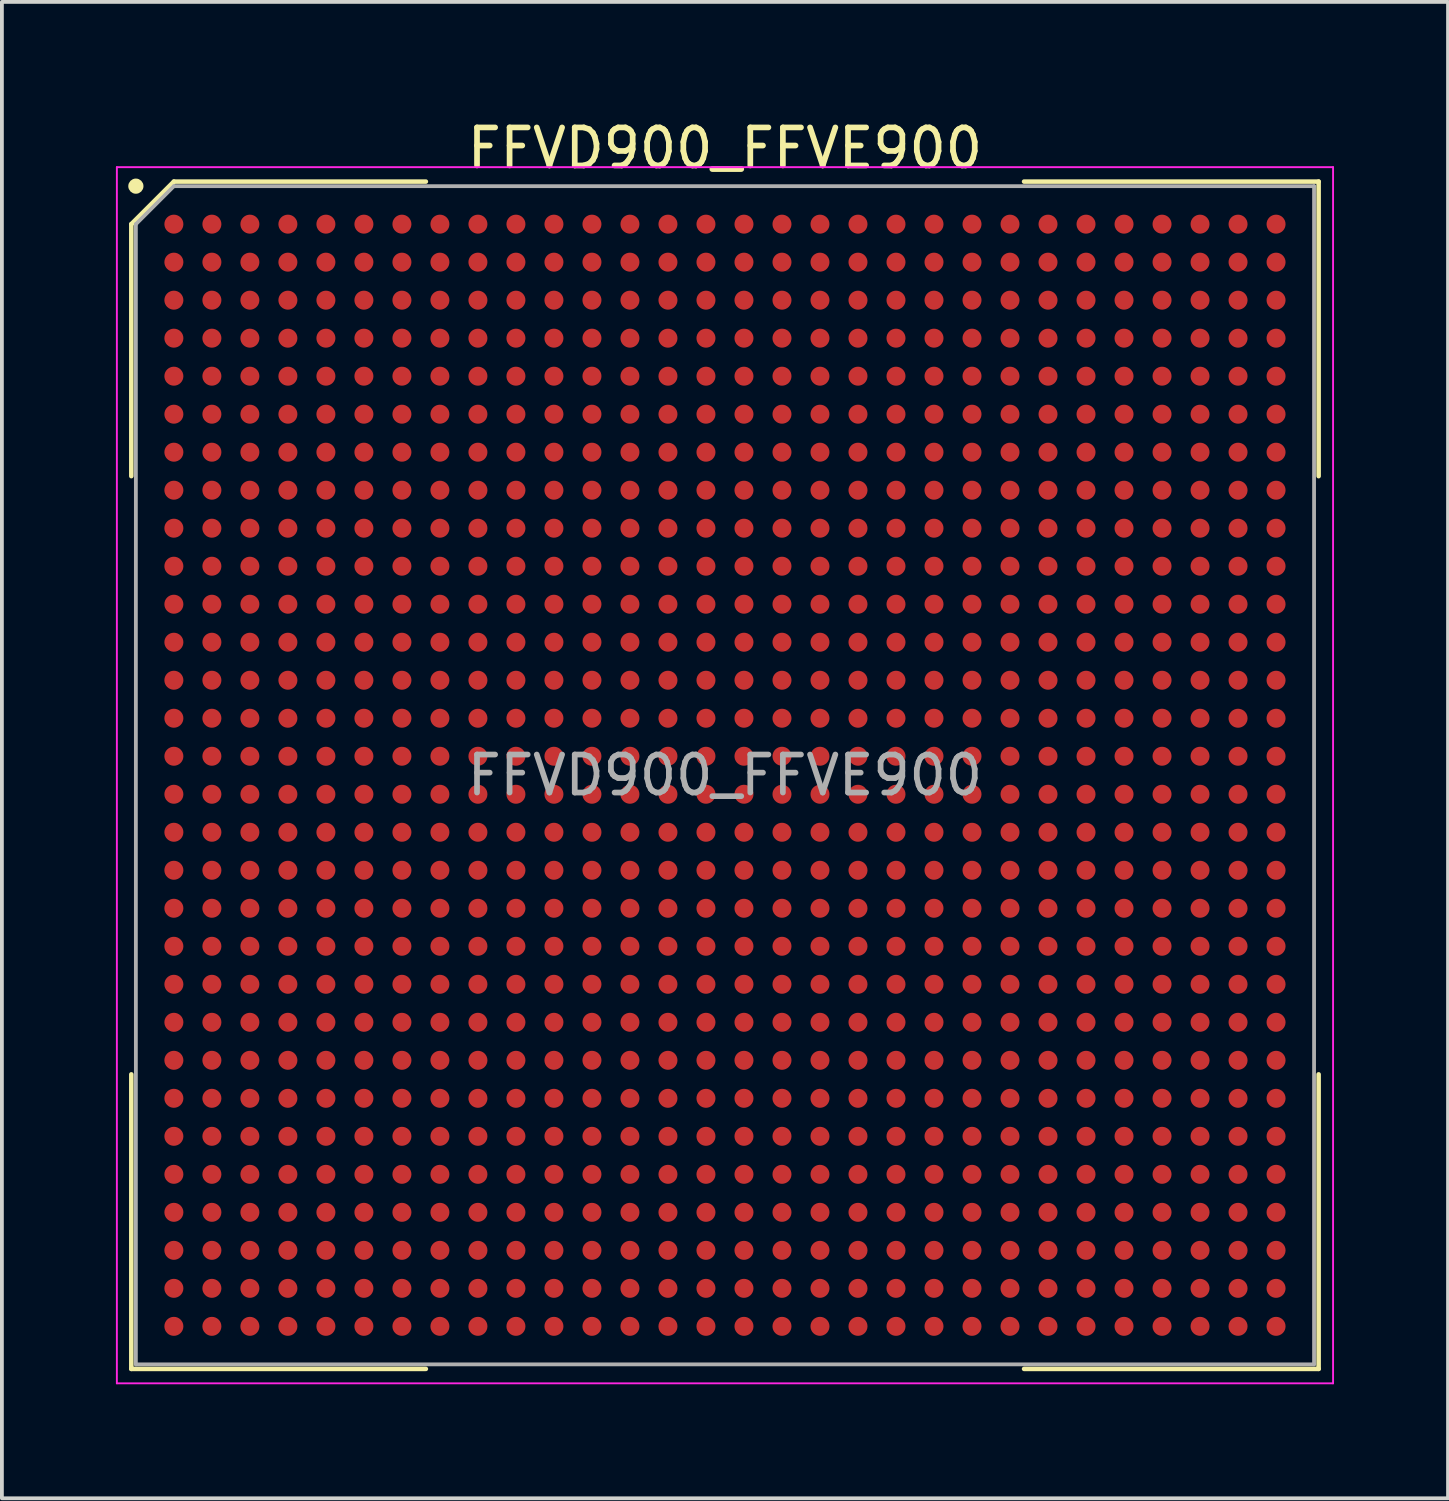
<source format=kicad_pcb>
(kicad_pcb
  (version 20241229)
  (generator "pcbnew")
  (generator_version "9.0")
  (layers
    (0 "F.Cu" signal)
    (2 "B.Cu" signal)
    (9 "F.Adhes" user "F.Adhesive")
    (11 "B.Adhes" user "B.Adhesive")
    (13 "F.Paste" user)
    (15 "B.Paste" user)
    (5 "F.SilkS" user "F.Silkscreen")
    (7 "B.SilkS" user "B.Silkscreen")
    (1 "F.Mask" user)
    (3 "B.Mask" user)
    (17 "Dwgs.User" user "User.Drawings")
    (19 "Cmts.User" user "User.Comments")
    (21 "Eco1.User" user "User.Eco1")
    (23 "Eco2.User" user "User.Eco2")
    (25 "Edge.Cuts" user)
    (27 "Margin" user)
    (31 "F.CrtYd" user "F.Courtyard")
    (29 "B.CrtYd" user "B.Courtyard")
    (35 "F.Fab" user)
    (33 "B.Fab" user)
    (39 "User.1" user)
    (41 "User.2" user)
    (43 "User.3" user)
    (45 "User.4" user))
  (footprint "FFVD900_FFVE900"
    (layer "F.Cu")
    (at 16.025 17.348)
    (property "Reference" "FFVD900_FFVE900" (at 0 -16.5 0) (layer "F.SilkS") (effects (font (size 1 1) (thickness 0.15))))
    (attr smd)
    (fp_line (start -15.62 -14.5) (end -15.62 -7.87) (stroke (width 0.12) (type default)) (layer "F.SilkS"))
    (fp_line (start -15.62 15.62) (end -15.62 7.87) (stroke (width 0.12) (type default)) (layer "F.SilkS"))
    (fp_line (start -14.5 -15.62) (end -15.62 -14.5) (stroke (width 0.12) (type default)) (layer "F.SilkS"))
    (fp_line (start -7.87 -15.62) (end -14.5 -15.62) (stroke (width 0.12) (type default)) (layer "F.SilkS"))
    (fp_line (start -7.87 15.62) (end -15.62 15.62) (stroke (width 0.12) (type default)) (layer "F.SilkS"))
    (fp_line (start 7.87 -15.62) (end 15.62 -15.62) (stroke (width 0.12) (type default)) (layer "F.SilkS"))
    (fp_line (start 7.87 15.62) (end 15.62 15.62) (stroke (width 0.12) (type default)) (layer "F.SilkS"))
    (fp_line (start 15.62 -15.62) (end 15.62 -7.87) (stroke (width 0.12) (type default)) (layer "F.SilkS"))
    (fp_line (start 15.62 15.62) (end 15.62 7.87) (stroke (width 0.12) (type default)) (layer "F.SilkS"))
    (fp_circle (center -15.5 -15.5) (end -15.5 -15.4) (stroke (width 0.2) (type default)) (fill no) (layer "F.SilkS"))
    (fp_line (start -16 -16) (end 16 -16) (stroke (width 0.05) (type default)) (layer "F.CrtYd"))
    (fp_line (start -16 16) (end -16 -16) (stroke (width 0.05) (type default)) (layer "F.CrtYd"))
    (fp_line (start 16 -16) (end 16 16) (stroke (width 0.05) (type default)) (layer "F.CrtYd"))
    (fp_line (start 16 16) (end -16 16) (stroke (width 0.05) (type default)) (layer "F.CrtYd"))
    (fp_line (start -15.5 -14.5) (end -15.5 15.5) (stroke (width 0.1) (type default)) (layer "F.Fab"))
    (fp_line (start -15.5 15.5) (end 15.5 15.5) (stroke (width 0.1) (type default)) (layer "F.Fab"))
    (fp_line (start -14.5 -15.5) (end -15.5 -14.5) (stroke (width 0.1) (type default)) (layer "F.Fab"))
    (fp_line (start 15.5 -15.5) (end -14.5 -15.5) (stroke (width 0.1) (type default)) (layer "F.Fab"))
    (fp_line (start 15.5 15.5) (end 15.5 -15.5) (stroke (width 0.1) (type default)) (layer "F.Fab"))
    (fp_text user "${REFERENCE}" (at 0 0 0) (layer "F.Fab") (effects (font (size 1 1) (thickness 0.15))))
    (pad "A1" smd circle (at -14.5 -14.5) (size 0.5 0.5) (layers "F.Cu" "F.Mask" "F.Paste"))
    (pad "A2" smd circle (at -13.5 -14.5) (size 0.5 0.5) (layers "F.Cu" "F.Mask" "F.Paste"))
    (pad "A3" smd circle (at -12.5 -14.5) (size 0.5 0.5) (layers "F.Cu" "F.Mask" "F.Paste"))
    (pad "A4" smd circle (at -11.5 -14.5) (size 0.5 0.5) (layers "F.Cu" "F.Mask" "F.Paste"))
    (pad "A5" smd circle (at -10.5 -14.5) (size 0.5 0.5) (layers "F.Cu" "F.Mask" "F.Paste"))
    (pad "A6" smd circle (at -9.5 -14.5) (size 0.5 0.5) (layers "F.Cu" "F.Mask" "F.Paste"))
    (pad "A7" smd circle (at -8.5 -14.5) (size 0.5 0.5) (layers "F.Cu" "F.Mask" "F.Paste"))
    (pad "A8" smd circle (at -7.5 -14.5) (size 0.5 0.5) (layers "F.Cu" "F.Mask" "F.Paste"))
    (pad "A9" smd circle (at -6.5 -14.5) (size 0.5 0.5) (layers "F.Cu" "F.Mask" "F.Paste"))
    (pad "A10" smd circle (at -5.5 -14.5) (size 0.5 0.5) (layers "F.Cu" "F.Mask" "F.Paste"))
    (pad "A11" smd circle (at -4.5 -14.5) (size 0.5 0.5) (layers "F.Cu" "F.Mask" "F.Paste"))
    (pad "A12" smd circle (at -3.5 -14.5) (size 0.5 0.5) (layers "F.Cu" "F.Mask" "F.Paste"))
    (pad "A13" smd circle (at -2.5 -14.5) (size 0.5 0.5) (layers "F.Cu" "F.Mask" "F.Paste"))
    (pad "A14" smd circle (at -1.5 -14.5) (size 0.5 0.5) (layers "F.Cu" "F.Mask" "F.Paste"))
    (pad "A15" smd circle (at -0.5 -14.5) (size 0.5 0.5) (layers "F.Cu" "F.Mask" "F.Paste"))
    (pad "A16" smd circle (at 0.5 -14.5) (size 0.5 0.5) (layers "F.Cu" "F.Mask" "F.Paste"))
    (pad "A17" smd circle (at 1.5 -14.5) (size 0.5 0.5) (layers "F.Cu" "F.Mask" "F.Paste"))
    (pad "A18" smd circle (at 2.5 -14.5) (size 0.5 0.5) (layers "F.Cu" "F.Mask" "F.Paste"))
    (pad "A19" smd circle (at 3.5 -14.5) (size 0.5 0.5) (layers "F.Cu" "F.Mask" "F.Paste"))
    (pad "A20" smd circle (at 4.5 -14.5) (size 0.5 0.5) (layers "F.Cu" "F.Mask" "F.Paste"))
    (pad "A21" smd circle (at 5.5 -14.5) (size 0.5 0.5) (layers "F.Cu" "F.Mask" "F.Paste"))
    (pad "A22" smd circle (at 6.5 -14.5) (size 0.5 0.5) (layers "F.Cu" "F.Mask" "F.Paste"))
    (pad "A23" smd circle (at 7.5 -14.5) (size 0.5 0.5) (layers "F.Cu" "F.Mask" "F.Paste"))
    (pad "A24" smd circle (at 8.5 -14.5) (size 0.5 0.5) (layers "F.Cu" "F.Mask" "F.Paste"))
    (pad "A25" smd circle (at 9.5 -14.5) (size 0.5 0.5) (layers "F.Cu" "F.Mask" "F.Paste"))
    (pad "A26" smd circle (at 10.5 -14.5) (size 0.5 0.5) (layers "F.Cu" "F.Mask" "F.Paste"))
    (pad "A27" smd circle (at 11.5 -14.5) (size 0.5 0.5) (layers "F.Cu" "F.Mask" "F.Paste"))
    (pad "A28" smd circle (at 12.5 -14.5) (size 0.5 0.5) (layers "F.Cu" "F.Mask" "F.Paste"))
    (pad "A29" smd circle (at 13.5 -14.5) (size 0.5 0.5) (layers "F.Cu" "F.Mask" "F.Paste"))
    (pad "A30" smd circle (at 14.5 -14.5) (size 0.5 0.5) (layers "F.Cu" "F.Mask" "F.Paste"))
    (pad "AA1" smd circle (at -14.5 5.5) (size 0.5 0.5) (layers "F.Cu" "F.Mask" "F.Paste"))
    (pad "AA2" smd circle (at -13.5 5.5) (size 0.5 0.5) (layers "F.Cu" "F.Mask" "F.Paste"))
    (pad "AA3" smd circle (at -12.5 5.5) (size 0.5 0.5) (layers "F.Cu" "F.Mask" "F.Paste"))
    (pad "AA4" smd circle (at -11.5 5.5) (size 0.5 0.5) (layers "F.Cu" "F.Mask" "F.Paste"))
    (pad "AA5" smd circle (at -10.5 5.5) (size 0.5 0.5) (layers "F.Cu" "F.Mask" "F.Paste"))
    (pad "AA6" smd circle (at -9.5 5.5) (size 0.5 0.5) (layers "F.Cu" "F.Mask" "F.Paste"))
    (pad "AA7" smd circle (at -8.5 5.5) (size 0.5 0.5) (layers "F.Cu" "F.Mask" "F.Paste"))
    (pad "AA8" smd circle (at -7.5 5.5) (size 0.5 0.5) (layers "F.Cu" "F.Mask" "F.Paste"))
    (pad "AA9" smd circle (at -6.5 5.5) (size 0.5 0.5) (layers "F.Cu" "F.Mask" "F.Paste"))
    (pad "AA10" smd circle (at -5.5 5.5) (size 0.5 0.5) (layers "F.Cu" "F.Mask" "F.Paste"))
    (pad "AA11" smd circle (at -4.5 5.5) (size 0.5 0.5) (layers "F.Cu" "F.Mask" "F.Paste"))
    (pad "AA12" smd circle (at -3.5 5.5) (size 0.5 0.5) (layers "F.Cu" "F.Mask" "F.Paste"))
    (pad "AA13" smd circle (at -2.5 5.5) (size 0.5 0.5) (layers "F.Cu" "F.Mask" "F.Paste"))
    (pad "AA14" smd circle (at -1.5 5.5) (size 0.5 0.5) (layers "F.Cu" "F.Mask" "F.Paste"))
    (pad "AA15" smd circle (at -0.5 5.5) (size 0.5 0.5) (layers "F.Cu" "F.Mask" "F.Paste"))
    (pad "AA16" smd circle (at 0.5 5.5) (size 0.5 0.5) (layers "F.Cu" "F.Mask" "F.Paste"))
    (pad "AA17" smd circle (at 1.5 5.5) (size 0.5 0.5) (layers "F.Cu" "F.Mask" "F.Paste"))
    (pad "AA18" smd circle (at 2.5 5.5) (size 0.5 0.5) (layers "F.Cu" "F.Mask" "F.Paste"))
    (pad "AA19" smd circle (at 3.5 5.5) (size 0.5 0.5) (layers "F.Cu" "F.Mask" "F.Paste"))
    (pad "AA20" smd circle (at 4.5 5.5) (size 0.5 0.5) (layers "F.Cu" "F.Mask" "F.Paste"))
    (pad "AA21" smd circle (at 5.5 5.5) (size 0.5 0.5) (layers "F.Cu" "F.Mask" "F.Paste"))
    (pad "AA22" smd circle (at 6.5 5.5) (size 0.5 0.5) (layers "F.Cu" "F.Mask" "F.Paste"))
    (pad "AA23" smd circle (at 7.5 5.5) (size 0.5 0.5) (layers "F.Cu" "F.Mask" "F.Paste"))
    (pad "AA24" smd circle (at 8.5 5.5) (size 0.5 0.5) (layers "F.Cu" "F.Mask" "F.Paste"))
    (pad "AA25" smd circle (at 9.5 5.5) (size 0.5 0.5) (layers "F.Cu" "F.Mask" "F.Paste"))
    (pad "AA26" smd circle (at 10.5 5.5) (size 0.5 0.5) (layers "F.Cu" "F.Mask" "F.Paste"))
    (pad "AA27" smd circle (at 11.5 5.5) (size 0.5 0.5) (layers "F.Cu" "F.Mask" "F.Paste"))
    (pad "AA28" smd circle (at 12.5 5.5) (size 0.5 0.5) (layers "F.Cu" "F.Mask" "F.Paste"))
    (pad "AA29" smd circle (at 13.5 5.5) (size 0.5 0.5) (layers "F.Cu" "F.Mask" "F.Paste"))
    (pad "AA30" smd circle (at 14.5 5.5) (size 0.5 0.5) (layers "F.Cu" "F.Mask" "F.Paste"))
    (pad "AB1" smd circle (at -14.5 6.5) (size 0.5 0.5) (layers "F.Cu" "F.Mask" "F.Paste"))
    (pad "AB2" smd circle (at -13.5 6.5) (size 0.5 0.5) (layers "F.Cu" "F.Mask" "F.Paste"))
    (pad "AB3" smd circle (at -12.5 6.5) (size 0.5 0.5) (layers "F.Cu" "F.Mask" "F.Paste"))
    (pad "AB4" smd circle (at -11.5 6.5) (size 0.5 0.5) (layers "F.Cu" "F.Mask" "F.Paste"))
    (pad "AB5" smd circle (at -10.5 6.5) (size 0.5 0.5) (layers "F.Cu" "F.Mask" "F.Paste"))
    (pad "AB6" smd circle (at -9.5 6.5) (size 0.5 0.5) (layers "F.Cu" "F.Mask" "F.Paste"))
    (pad "AB7" smd circle (at -8.5 6.5) (size 0.5 0.5) (layers "F.Cu" "F.Mask" "F.Paste"))
    (pad "AB8" smd circle (at -7.5 6.5) (size 0.5 0.5) (layers "F.Cu" "F.Mask" "F.Paste"))
    (pad "AB9" smd circle (at -6.5 6.5) (size 0.5 0.5) (layers "F.Cu" "F.Mask" "F.Paste"))
    (pad "AB10" smd circle (at -5.5 6.5) (size 0.5 0.5) (layers "F.Cu" "F.Mask" "F.Paste"))
    (pad "AB11" smd circle (at -4.5 6.5) (size 0.5 0.5) (layers "F.Cu" "F.Mask" "F.Paste"))
    (pad "AB12" smd circle (at -3.5 6.5) (size 0.5 0.5) (layers "F.Cu" "F.Mask" "F.Paste"))
    (pad "AB13" smd circle (at -2.5 6.5) (size 0.5 0.5) (layers "F.Cu" "F.Mask" "F.Paste"))
    (pad "AB14" smd circle (at -1.5 6.5) (size 0.5 0.5) (layers "F.Cu" "F.Mask" "F.Paste"))
    (pad "AB15" smd circle (at -0.5 6.5) (size 0.5 0.5) (layers "F.Cu" "F.Mask" "F.Paste"))
    (pad "AB16" smd circle (at 0.5 6.5) (size 0.5 0.5) (layers "F.Cu" "F.Mask" "F.Paste"))
    (pad "AB17" smd circle (at 1.5 6.5) (size 0.5 0.5) (layers "F.Cu" "F.Mask" "F.Paste"))
    (pad "AB18" smd circle (at 2.5 6.5) (size 0.5 0.5) (layers "F.Cu" "F.Mask" "F.Paste"))
    (pad "AB19" smd circle (at 3.5 6.5) (size 0.5 0.5) (layers "F.Cu" "F.Mask" "F.Paste"))
    (pad "AB20" smd circle (at 4.5 6.5) (size 0.5 0.5) (layers "F.Cu" "F.Mask" "F.Paste"))
    (pad "AB21" smd circle (at 5.5 6.5) (size 0.5 0.5) (layers "F.Cu" "F.Mask" "F.Paste"))
    (pad "AB22" smd circle (at 6.5 6.5) (size 0.5 0.5) (layers "F.Cu" "F.Mask" "F.Paste"))
    (pad "AB23" smd circle (at 7.5 6.5) (size 0.5 0.5) (layers "F.Cu" "F.Mask" "F.Paste"))
    (pad "AB24" smd circle (at 8.5 6.5) (size 0.5 0.5) (layers "F.Cu" "F.Mask" "F.Paste"))
    (pad "AB25" smd circle (at 9.5 6.5) (size 0.5 0.5) (layers "F.Cu" "F.Mask" "F.Paste"))
    (pad "AB26" smd circle (at 10.5 6.5) (size 0.5 0.5) (layers "F.Cu" "F.Mask" "F.Paste"))
    (pad "AB27" smd circle (at 11.5 6.5) (size 0.5 0.5) (layers "F.Cu" "F.Mask" "F.Paste"))
    (pad "AB28" smd circle (at 12.5 6.5) (size 0.5 0.5) (layers "F.Cu" "F.Mask" "F.Paste"))
    (pad "AB29" smd circle (at 13.5 6.5) (size 0.5 0.5) (layers "F.Cu" "F.Mask" "F.Paste"))
    (pad "AB30" smd circle (at 14.5 6.5) (size 0.5 0.5) (layers "F.Cu" "F.Mask" "F.Paste"))
    (pad "AC1" smd circle (at -14.5 7.5) (size 0.5 0.5) (layers "F.Cu" "F.Mask" "F.Paste"))
    (pad "AC2" smd circle (at -13.5 7.5) (size 0.5 0.5) (layers "F.Cu" "F.Mask" "F.Paste"))
    (pad "AC3" smd circle (at -12.5 7.5) (size 0.5 0.5) (layers "F.Cu" "F.Mask" "F.Paste"))
    (pad "AC4" smd circle (at -11.5 7.5) (size 0.5 0.5) (layers "F.Cu" "F.Mask" "F.Paste"))
    (pad "AC5" smd circle (at -10.5 7.5) (size 0.5 0.5) (layers "F.Cu" "F.Mask" "F.Paste"))
    (pad "AC6" smd circle (at -9.5 7.5) (size 0.5 0.5) (layers "F.Cu" "F.Mask" "F.Paste"))
    (pad "AC7" smd circle (at -8.5 7.5) (size 0.5 0.5) (layers "F.Cu" "F.Mask" "F.Paste"))
    (pad "AC8" smd circle (at -7.5 7.5) (size 0.5 0.5) (layers "F.Cu" "F.Mask" "F.Paste"))
    (pad "AC9" smd circle (at -6.5 7.5) (size 0.5 0.5) (layers "F.Cu" "F.Mask" "F.Paste"))
    (pad "AC10" smd circle (at -5.5 7.5) (size 0.5 0.5) (layers "F.Cu" "F.Mask" "F.Paste"))
    (pad "AC11" smd circle (at -4.5 7.5) (size 0.5 0.5) (layers "F.Cu" "F.Mask" "F.Paste"))
    (pad "AC12" smd circle (at -3.5 7.5) (size 0.5 0.5) (layers "F.Cu" "F.Mask" "F.Paste"))
    (pad "AC13" smd circle (at -2.5 7.5) (size 0.5 0.5) (layers "F.Cu" "F.Mask" "F.Paste"))
    (pad "AC14" smd circle (at -1.5 7.5) (size 0.5 0.5) (layers "F.Cu" "F.Mask" "F.Paste"))
    (pad "AC15" smd circle (at -0.5 7.5) (size 0.5 0.5) (layers "F.Cu" "F.Mask" "F.Paste"))
    (pad "AC16" smd circle (at 0.5 7.5) (size 0.5 0.5) (layers "F.Cu" "F.Mask" "F.Paste"))
    (pad "AC17" smd circle (at 1.5 7.5) (size 0.5 0.5) (layers "F.Cu" "F.Mask" "F.Paste"))
    (pad "AC18" smd circle (at 2.5 7.5) (size 0.5 0.5) (layers "F.Cu" "F.Mask" "F.Paste"))
    (pad "AC19" smd circle (at 3.5 7.5) (size 0.5 0.5) (layers "F.Cu" "F.Mask" "F.Paste"))
    (pad "AC20" smd circle (at 4.5 7.5) (size 0.5 0.5) (layers "F.Cu" "F.Mask" "F.Paste"))
    (pad "AC21" smd circle (at 5.5 7.5) (size 0.5 0.5) (layers "F.Cu" "F.Mask" "F.Paste"))
    (pad "AC22" smd circle (at 6.5 7.5) (size 0.5 0.5) (layers "F.Cu" "F.Mask" "F.Paste"))
    (pad "AC23" smd circle (at 7.5 7.5) (size 0.5 0.5) (layers "F.Cu" "F.Mask" "F.Paste"))
    (pad "AC24" smd circle (at 8.5 7.5) (size 0.5 0.5) (layers "F.Cu" "F.Mask" "F.Paste"))
    (pad "AC25" smd circle (at 9.5 7.5) (size 0.5 0.5) (layers "F.Cu" "F.Mask" "F.Paste"))
    (pad "AC26" smd circle (at 10.5 7.5) (size 0.5 0.5) (layers "F.Cu" "F.Mask" "F.Paste"))
    (pad "AC27" smd circle (at 11.5 7.5) (size 0.5 0.5) (layers "F.Cu" "F.Mask" "F.Paste"))
    (pad "AC28" smd circle (at 12.5 7.5) (size 0.5 0.5) (layers "F.Cu" "F.Mask" "F.Paste"))
    (pad "AC29" smd circle (at 13.5 7.5) (size 0.5 0.5) (layers "F.Cu" "F.Mask" "F.Paste"))
    (pad "AC30" smd circle (at 14.5 7.5) (size 0.5 0.5) (layers "F.Cu" "F.Mask" "F.Paste"))
    (pad "AD1" smd circle (at -14.5 8.5) (size 0.5 0.5) (layers "F.Cu" "F.Mask" "F.Paste"))
    (pad "AD2" smd circle (at -13.5 8.5) (size 0.5 0.5) (layers "F.Cu" "F.Mask" "F.Paste"))
    (pad "AD3" smd circle (at -12.5 8.5) (size 0.5 0.5) (layers "F.Cu" "F.Mask" "F.Paste"))
    (pad "AD4" smd circle (at -11.5 8.5) (size 0.5 0.5) (layers "F.Cu" "F.Mask" "F.Paste"))
    (pad "AD5" smd circle (at -10.5 8.5) (size 0.5 0.5) (layers "F.Cu" "F.Mask" "F.Paste"))
    (pad "AD6" smd circle (at -9.5 8.5) (size 0.5 0.5) (layers "F.Cu" "F.Mask" "F.Paste"))
    (pad "AD7" smd circle (at -8.5 8.5) (size 0.5 0.5) (layers "F.Cu" "F.Mask" "F.Paste"))
    (pad "AD8" smd circle (at -7.5 8.5) (size 0.5 0.5) (layers "F.Cu" "F.Mask" "F.Paste"))
    (pad "AD9" smd circle (at -6.5 8.5) (size 0.5 0.5) (layers "F.Cu" "F.Mask" "F.Paste"))
    (pad "AD10" smd circle (at -5.5 8.5) (size 0.5 0.5) (layers "F.Cu" "F.Mask" "F.Paste"))
    (pad "AD11" smd circle (at -4.5 8.5) (size 0.5 0.5) (layers "F.Cu" "F.Mask" "F.Paste"))
    (pad "AD12" smd circle (at -3.5 8.5) (size 0.5 0.5) (layers "F.Cu" "F.Mask" "F.Paste"))
    (pad "AD13" smd circle (at -2.5 8.5) (size 0.5 0.5) (layers "F.Cu" "F.Mask" "F.Paste"))
    (pad "AD14" smd circle (at -1.5 8.5) (size 0.5 0.5) (layers "F.Cu" "F.Mask" "F.Paste"))
    (pad "AD15" smd circle (at -0.5 8.5) (size 0.5 0.5) (layers "F.Cu" "F.Mask" "F.Paste"))
    (pad "AD16" smd circle (at 0.5 8.5) (size 0.5 0.5) (layers "F.Cu" "F.Mask" "F.Paste"))
    (pad "AD17" smd circle (at 1.5 8.5) (size 0.5 0.5) (layers "F.Cu" "F.Mask" "F.Paste"))
    (pad "AD18" smd circle (at 2.5 8.5) (size 0.5 0.5) (layers "F.Cu" "F.Mask" "F.Paste"))
    (pad "AD19" smd circle (at 3.5 8.5) (size 0.5 0.5) (layers "F.Cu" "F.Mask" "F.Paste"))
    (pad "AD20" smd circle (at 4.5 8.5) (size 0.5 0.5) (layers "F.Cu" "F.Mask" "F.Paste"))
    (pad "AD21" smd circle (at 5.5 8.5) (size 0.5 0.5) (layers "F.Cu" "F.Mask" "F.Paste"))
    (pad "AD22" smd circle (at 6.5 8.5) (size 0.5 0.5) (layers "F.Cu" "F.Mask" "F.Paste"))
    (pad "AD23" smd circle (at 7.5 8.5) (size 0.5 0.5) (layers "F.Cu" "F.Mask" "F.Paste"))
    (pad "AD24" smd circle (at 8.5 8.5) (size 0.5 0.5) (layers "F.Cu" "F.Mask" "F.Paste"))
    (pad "AD25" smd circle (at 9.5 8.5) (size 0.5 0.5) (layers "F.Cu" "F.Mask" "F.Paste"))
    (pad "AD26" smd circle (at 10.5 8.5) (size 0.5 0.5) (layers "F.Cu" "F.Mask" "F.Paste"))
    (pad "AD27" smd circle (at 11.5 8.5) (size 0.5 0.5) (layers "F.Cu" "F.Mask" "F.Paste"))
    (pad "AD28" smd circle (at 12.5 8.5) (size 0.5 0.5) (layers "F.Cu" "F.Mask" "F.Paste"))
    (pad "AD29" smd circle (at 13.5 8.5) (size 0.5 0.5) (layers "F.Cu" "F.Mask" "F.Paste"))
    (pad "AD30" smd circle (at 14.5 8.5) (size 0.5 0.5) (layers "F.Cu" "F.Mask" "F.Paste"))
    (pad "AE1" smd circle (at -14.5 9.5) (size 0.5 0.5) (layers "F.Cu" "F.Mask" "F.Paste"))
    (pad "AE2" smd circle (at -13.5 9.5) (size 0.5 0.5) (layers "F.Cu" "F.Mask" "F.Paste"))
    (pad "AE3" smd circle (at -12.5 9.5) (size 0.5 0.5) (layers "F.Cu" "F.Mask" "F.Paste"))
    (pad "AE4" smd circle (at -11.5 9.5) (size 0.5 0.5) (layers "F.Cu" "F.Mask" "F.Paste"))
    (pad "AE5" smd circle (at -10.5 9.5) (size 0.5 0.5) (layers "F.Cu" "F.Mask" "F.Paste"))
    (pad "AE6" smd circle (at -9.5 9.5) (size 0.5 0.5) (layers "F.Cu" "F.Mask" "F.Paste"))
    (pad "AE7" smd circle (at -8.5 9.5) (size 0.5 0.5) (layers "F.Cu" "F.Mask" "F.Paste"))
    (pad "AE8" smd circle (at -7.5 9.5) (size 0.5 0.5) (layers "F.Cu" "F.Mask" "F.Paste"))
    (pad "AE9" smd circle (at -6.5 9.5) (size 0.5 0.5) (layers "F.Cu" "F.Mask" "F.Paste"))
    (pad "AE10" smd circle (at -5.5 9.5) (size 0.5 0.5) (layers "F.Cu" "F.Mask" "F.Paste"))
    (pad "AE11" smd circle (at -4.5 9.5) (size 0.5 0.5) (layers "F.Cu" "F.Mask" "F.Paste"))
    (pad "AE12" smd circle (at -3.5 9.5) (size 0.5 0.5) (layers "F.Cu" "F.Mask" "F.Paste"))
    (pad "AE13" smd circle (at -2.5 9.5) (size 0.5 0.5) (layers "F.Cu" "F.Mask" "F.Paste"))
    (pad "AE14" smd circle (at -1.5 9.5) (size 0.5 0.5) (layers "F.Cu" "F.Mask" "F.Paste"))
    (pad "AE15" smd circle (at -0.5 9.5) (size 0.5 0.5) (layers "F.Cu" "F.Mask" "F.Paste"))
    (pad "AE16" smd circle (at 0.5 9.5) (size 0.5 0.5) (layers "F.Cu" "F.Mask" "F.Paste"))
    (pad "AE17" smd circle (at 1.5 9.5) (size 0.5 0.5) (layers "F.Cu" "F.Mask" "F.Paste"))
    (pad "AE18" smd circle (at 2.5 9.5) (size 0.5 0.5) (layers "F.Cu" "F.Mask" "F.Paste"))
    (pad "AE19" smd circle (at 3.5 9.5) (size 0.5 0.5) (layers "F.Cu" "F.Mask" "F.Paste"))
    (pad "AE20" smd circle (at 4.5 9.5) (size 0.5 0.5) (layers "F.Cu" "F.Mask" "F.Paste"))
    (pad "AE21" smd circle (at 5.5 9.5) (size 0.5 0.5) (layers "F.Cu" "F.Mask" "F.Paste"))
    (pad "AE22" smd circle (at 6.5 9.5) (size 0.5 0.5) (layers "F.Cu" "F.Mask" "F.Paste"))
    (pad "AE23" smd circle (at 7.5 9.5) (size 0.5 0.5) (layers "F.Cu" "F.Mask" "F.Paste"))
    (pad "AE24" smd circle (at 8.5 9.5) (size 0.5 0.5) (layers "F.Cu" "F.Mask" "F.Paste"))
    (pad "AE25" smd circle (at 9.5 9.5) (size 0.5 0.5) (layers "F.Cu" "F.Mask" "F.Paste"))
    (pad "AE26" smd circle (at 10.5 9.5) (size 0.5 0.5) (layers "F.Cu" "F.Mask" "F.Paste"))
    (pad "AE27" smd circle (at 11.5 9.5) (size 0.5 0.5) (layers "F.Cu" "F.Mask" "F.Paste"))
    (pad "AE28" smd circle (at 12.5 9.5) (size 0.5 0.5) (layers "F.Cu" "F.Mask" "F.Paste"))
    (pad "AE29" smd circle (at 13.5 9.5) (size 0.5 0.5) (layers "F.Cu" "F.Mask" "F.Paste"))
    (pad "AE30" smd circle (at 14.5 9.5) (size 0.5 0.5) (layers "F.Cu" "F.Mask" "F.Paste"))
    (pad "AF1" smd circle (at -14.5 10.5) (size 0.5 0.5) (layers "F.Cu" "F.Mask" "F.Paste"))
    (pad "AF2" smd circle (at -13.5 10.5) (size 0.5 0.5) (layers "F.Cu" "F.Mask" "F.Paste"))
    (pad "AF3" smd circle (at -12.5 10.5) (size 0.5 0.5) (layers "F.Cu" "F.Mask" "F.Paste"))
    (pad "AF4" smd circle (at -11.5 10.5) (size 0.5 0.5) (layers "F.Cu" "F.Mask" "F.Paste"))
    (pad "AF5" smd circle (at -10.5 10.5) (size 0.5 0.5) (layers "F.Cu" "F.Mask" "F.Paste"))
    (pad "AF6" smd circle (at -9.5 10.5) (size 0.5 0.5) (layers "F.Cu" "F.Mask" "F.Paste"))
    (pad "AF7" smd circle (at -8.5 10.5) (size 0.5 0.5) (layers "F.Cu" "F.Mask" "F.Paste"))
    (pad "AF8" smd circle (at -7.5 10.5) (size 0.5 0.5) (layers "F.Cu" "F.Mask" "F.Paste"))
    (pad "AF9" smd circle (at -6.5 10.5) (size 0.5 0.5) (layers "F.Cu" "F.Mask" "F.Paste"))
    (pad "AF10" smd circle (at -5.5 10.5) (size 0.5 0.5) (layers "F.Cu" "F.Mask" "F.Paste"))
    (pad "AF11" smd circle (at -4.5 10.5) (size 0.5 0.5) (layers "F.Cu" "F.Mask" "F.Paste"))
    (pad "AF12" smd circle (at -3.5 10.5) (size 0.5 0.5) (layers "F.Cu" "F.Mask" "F.Paste"))
    (pad "AF13" smd circle (at -2.5 10.5) (size 0.5 0.5) (layers "F.Cu" "F.Mask" "F.Paste"))
    (pad "AF14" smd circle (at -1.5 10.5) (size 0.5 0.5) (layers "F.Cu" "F.Mask" "F.Paste"))
    (pad "AF15" smd circle (at -0.5 10.5) (size 0.5 0.5) (layers "F.Cu" "F.Mask" "F.Paste"))
    (pad "AF16" smd circle (at 0.5 10.5) (size 0.5 0.5) (layers "F.Cu" "F.Mask" "F.Paste"))
    (pad "AF17" smd circle (at 1.5 10.5) (size 0.5 0.5) (layers "F.Cu" "F.Mask" "F.Paste"))
    (pad "AF18" smd circle (at 2.5 10.5) (size 0.5 0.5) (layers "F.Cu" "F.Mask" "F.Paste"))
    (pad "AF19" smd circle (at 3.5 10.5) (size 0.5 0.5) (layers "F.Cu" "F.Mask" "F.Paste"))
    (pad "AF20" smd circle (at 4.5 10.5) (size 0.5 0.5) (layers "F.Cu" "F.Mask" "F.Paste"))
    (pad "AF21" smd circle (at 5.5 10.5) (size 0.5 0.5) (layers "F.Cu" "F.Mask" "F.Paste"))
    (pad "AF22" smd circle (at 6.5 10.5) (size 0.5 0.5) (layers "F.Cu" "F.Mask" "F.Paste"))
    (pad "AF23" smd circle (at 7.5 10.5) (size 0.5 0.5) (layers "F.Cu" "F.Mask" "F.Paste"))
    (pad "AF24" smd circle (at 8.5 10.5) (size 0.5 0.5) (layers "F.Cu" "F.Mask" "F.Paste"))
    (pad "AF25" smd circle (at 9.5 10.5) (size 0.5 0.5) (layers "F.Cu" "F.Mask" "F.Paste"))
    (pad "AF26" smd circle (at 10.5 10.5) (size 0.5 0.5) (layers "F.Cu" "F.Mask" "F.Paste"))
    (pad "AF27" smd circle (at 11.5 10.5) (size 0.5 0.5) (layers "F.Cu" "F.Mask" "F.Paste"))
    (pad "AF28" smd circle (at 12.5 10.5) (size 0.5 0.5) (layers "F.Cu" "F.Mask" "F.Paste"))
    (pad "AF29" smd circle (at 13.5 10.5) (size 0.5 0.5) (layers "F.Cu" "F.Mask" "F.Paste"))
    (pad "AF30" smd circle (at 14.5 10.5) (size 0.5 0.5) (layers "F.Cu" "F.Mask" "F.Paste"))
    (pad "AG1" smd circle (at -14.5 11.5) (size 0.5 0.5) (layers "F.Cu" "F.Mask" "F.Paste"))
    (pad "AG2" smd circle (at -13.5 11.5) (size 0.5 0.5) (layers "F.Cu" "F.Mask" "F.Paste"))
    (pad "AG3" smd circle (at -12.5 11.5) (size 0.5 0.5) (layers "F.Cu" "F.Mask" "F.Paste"))
    (pad "AG4" smd circle (at -11.5 11.5) (size 0.5 0.5) (layers "F.Cu" "F.Mask" "F.Paste"))
    (pad "AG5" smd circle (at -10.5 11.5) (size 0.5 0.5) (layers "F.Cu" "F.Mask" "F.Paste"))
    (pad "AG6" smd circle (at -9.5 11.5) (size 0.5 0.5) (layers "F.Cu" "F.Mask" "F.Paste"))
    (pad "AG7" smd circle (at -8.5 11.5) (size 0.5 0.5) (layers "F.Cu" "F.Mask" "F.Paste"))
    (pad "AG8" smd circle (at -7.5 11.5) (size 0.5 0.5) (layers "F.Cu" "F.Mask" "F.Paste"))
    (pad "AG9" smd circle (at -6.5 11.5) (size 0.5 0.5) (layers "F.Cu" "F.Mask" "F.Paste"))
    (pad "AG10" smd circle (at -5.5 11.5) (size 0.5 0.5) (layers "F.Cu" "F.Mask" "F.Paste"))
    (pad "AG11" smd circle (at -4.5 11.5) (size 0.5 0.5) (layers "F.Cu" "F.Mask" "F.Paste"))
    (pad "AG12" smd circle (at -3.5 11.5) (size 0.5 0.5) (layers "F.Cu" "F.Mask" "F.Paste"))
    (pad "AG13" smd circle (at -2.5 11.5) (size 0.5 0.5) (layers "F.Cu" "F.Mask" "F.Paste"))
    (pad "AG14" smd circle (at -1.5 11.5) (size 0.5 0.5) (layers "F.Cu" "F.Mask" "F.Paste"))
    (pad "AG15" smd circle (at -0.5 11.5) (size 0.5 0.5) (layers "F.Cu" "F.Mask" "F.Paste"))
    (pad "AG16" smd circle (at 0.5 11.5) (size 0.5 0.5) (layers "F.Cu" "F.Mask" "F.Paste"))
    (pad "AG17" smd circle (at 1.5 11.5) (size 0.5 0.5) (layers "F.Cu" "F.Mask" "F.Paste"))
    (pad "AG18" smd circle (at 2.5 11.5) (size 0.5 0.5) (layers "F.Cu" "F.Mask" "F.Paste"))
    (pad "AG19" smd circle (at 3.5 11.5) (size 0.5 0.5) (layers "F.Cu" "F.Mask" "F.Paste"))
    (pad "AG20" smd circle (at 4.5 11.5) (size 0.5 0.5) (layers "F.Cu" "F.Mask" "F.Paste"))
    (pad "AG21" smd circle (at 5.5 11.5) (size 0.5 0.5) (layers "F.Cu" "F.Mask" "F.Paste"))
    (pad "AG22" smd circle (at 6.5 11.5) (size 0.5 0.5) (layers "F.Cu" "F.Mask" "F.Paste"))
    (pad "AG23" smd circle (at 7.5 11.5) (size 0.5 0.5) (layers "F.Cu" "F.Mask" "F.Paste"))
    (pad "AG24" smd circle (at 8.5 11.5) (size 0.5 0.5) (layers "F.Cu" "F.Mask" "F.Paste"))
    (pad "AG25" smd circle (at 9.5 11.5) (size 0.5 0.5) (layers "F.Cu" "F.Mask" "F.Paste"))
    (pad "AG26" smd circle (at 10.5 11.5) (size 0.5 0.5) (layers "F.Cu" "F.Mask" "F.Paste"))
    (pad "AG27" smd circle (at 11.5 11.5) (size 0.5 0.5) (layers "F.Cu" "F.Mask" "F.Paste"))
    (pad "AG28" smd circle (at 12.5 11.5) (size 0.5 0.5) (layers "F.Cu" "F.Mask" "F.Paste"))
    (pad "AG29" smd circle (at 13.5 11.5) (size 0.5 0.5) (layers "F.Cu" "F.Mask" "F.Paste"))
    (pad "AG30" smd circle (at 14.5 11.5) (size 0.5 0.5) (layers "F.Cu" "F.Mask" "F.Paste"))
    (pad "AH1" smd circle (at -14.5 12.5) (size 0.5 0.5) (layers "F.Cu" "F.Mask" "F.Paste"))
    (pad "AH2" smd circle (at -13.5 12.5) (size 0.5 0.5) (layers "F.Cu" "F.Mask" "F.Paste"))
    (pad "AH3" smd circle (at -12.5 12.5) (size 0.5 0.5) (layers "F.Cu" "F.Mask" "F.Paste"))
    (pad "AH4" smd circle (at -11.5 12.5) (size 0.5 0.5) (layers "F.Cu" "F.Mask" "F.Paste"))
    (pad "AH5" smd circle (at -10.5 12.5) (size 0.5 0.5) (layers "F.Cu" "F.Mask" "F.Paste"))
    (pad "AH6" smd circle (at -9.5 12.5) (size 0.5 0.5) (layers "F.Cu" "F.Mask" "F.Paste"))
    (pad "AH7" smd circle (at -8.5 12.5) (size 0.5 0.5) (layers "F.Cu" "F.Mask" "F.Paste"))
    (pad "AH8" smd circle (at -7.5 12.5) (size 0.5 0.5) (layers "F.Cu" "F.Mask" "F.Paste"))
    (pad "AH9" smd circle (at -6.5 12.5) (size 0.5 0.5) (layers "F.Cu" "F.Mask" "F.Paste"))
    (pad "AH10" smd circle (at -5.5 12.5) (size 0.5 0.5) (layers "F.Cu" "F.Mask" "F.Paste"))
    (pad "AH11" smd circle (at -4.5 12.5) (size 0.5 0.5) (layers "F.Cu" "F.Mask" "F.Paste"))
    (pad "AH12" smd circle (at -3.5 12.5) (size 0.5 0.5) (layers "F.Cu" "F.Mask" "F.Paste"))
    (pad "AH13" smd circle (at -2.5 12.5) (size 0.5 0.5) (layers "F.Cu" "F.Mask" "F.Paste"))
    (pad "AH14" smd circle (at -1.5 12.5) (size 0.5 0.5) (layers "F.Cu" "F.Mask" "F.Paste"))
    (pad "AH15" smd circle (at -0.5 12.5) (size 0.5 0.5) (layers "F.Cu" "F.Mask" "F.Paste"))
    (pad "AH16" smd circle (at 0.5 12.5) (size 0.5 0.5) (layers "F.Cu" "F.Mask" "F.Paste"))
    (pad "AH17" smd circle (at 1.5 12.5) (size 0.5 0.5) (layers "F.Cu" "F.Mask" "F.Paste"))
    (pad "AH18" smd circle (at 2.5 12.5) (size 0.5 0.5) (layers "F.Cu" "F.Mask" "F.Paste"))
    (pad "AH19" smd circle (at 3.5 12.5) (size 0.5 0.5) (layers "F.Cu" "F.Mask" "F.Paste"))
    (pad "AH20" smd circle (at 4.5 12.5) (size 0.5 0.5) (layers "F.Cu" "F.Mask" "F.Paste"))
    (pad "AH21" smd circle (at 5.5 12.5) (size 0.5 0.5) (layers "F.Cu" "F.Mask" "F.Paste"))
    (pad "AH22" smd circle (at 6.5 12.5) (size 0.5 0.5) (layers "F.Cu" "F.Mask" "F.Paste"))
    (pad "AH23" smd circle (at 7.5 12.5) (size 0.5 0.5) (layers "F.Cu" "F.Mask" "F.Paste"))
    (pad "AH24" smd circle (at 8.5 12.5) (size 0.5 0.5) (layers "F.Cu" "F.Mask" "F.Paste"))
    (pad "AH25" smd circle (at 9.5 12.5) (size 0.5 0.5) (layers "F.Cu" "F.Mask" "F.Paste"))
    (pad "AH26" smd circle (at 10.5 12.5) (size 0.5 0.5) (layers "F.Cu" "F.Mask" "F.Paste"))
    (pad "AH27" smd circle (at 11.5 12.5) (size 0.5 0.5) (layers "F.Cu" "F.Mask" "F.Paste"))
    (pad "AH28" smd circle (at 12.5 12.5) (size 0.5 0.5) (layers "F.Cu" "F.Mask" "F.Paste"))
    (pad "AH29" smd circle (at 13.5 12.5) (size 0.5 0.5) (layers "F.Cu" "F.Mask" "F.Paste"))
    (pad "AH30" smd circle (at 14.5 12.5) (size 0.5 0.5) (layers "F.Cu" "F.Mask" "F.Paste"))
    (pad "AJ1" smd circle (at -14.5 13.5) (size 0.5 0.5) (layers "F.Cu" "F.Mask" "F.Paste"))
    (pad "AJ2" smd circle (at -13.5 13.5) (size 0.5 0.5) (layers "F.Cu" "F.Mask" "F.Paste"))
    (pad "AJ3" smd circle (at -12.5 13.5) (size 0.5 0.5) (layers "F.Cu" "F.Mask" "F.Paste"))
    (pad "AJ4" smd circle (at -11.5 13.5) (size 0.5 0.5) (layers "F.Cu" "F.Mask" "F.Paste"))
    (pad "AJ5" smd circle (at -10.5 13.5) (size 0.5 0.5) (layers "F.Cu" "F.Mask" "F.Paste"))
    (pad "AJ6" smd circle (at -9.5 13.5) (size 0.5 0.5) (layers "F.Cu" "F.Mask" "F.Paste"))
    (pad "AJ7" smd circle (at -8.5 13.5) (size 0.5 0.5) (layers "F.Cu" "F.Mask" "F.Paste"))
    (pad "AJ8" smd circle (at -7.5 13.5) (size 0.5 0.5) (layers "F.Cu" "F.Mask" "F.Paste"))
    (pad "AJ9" smd circle (at -6.5 13.5) (size 0.5 0.5) (layers "F.Cu" "F.Mask" "F.Paste"))
    (pad "AJ10" smd circle (at -5.5 13.5) (size 0.5 0.5) (layers "F.Cu" "F.Mask" "F.Paste"))
    (pad "AJ11" smd circle (at -4.5 13.5) (size 0.5 0.5) (layers "F.Cu" "F.Mask" "F.Paste"))
    (pad "AJ12" smd circle (at -3.5 13.5) (size 0.5 0.5) (layers "F.Cu" "F.Mask" "F.Paste"))
    (pad "AJ13" smd circle (at -2.5 13.5) (size 0.5 0.5) (layers "F.Cu" "F.Mask" "F.Paste"))
    (pad "AJ14" smd circle (at -1.5 13.5) (size 0.5 0.5) (layers "F.Cu" "F.Mask" "F.Paste"))
    (pad "AJ15" smd circle (at -0.5 13.5) (size 0.5 0.5) (layers "F.Cu" "F.Mask" "F.Paste"))
    (pad "AJ16" smd circle (at 0.5 13.5) (size 0.5 0.5) (layers "F.Cu" "F.Mask" "F.Paste"))
    (pad "AJ17" smd circle (at 1.5 13.5) (size 0.5 0.5) (layers "F.Cu" "F.Mask" "F.Paste"))
    (pad "AJ18" smd circle (at 2.5 13.5) (size 0.5 0.5) (layers "F.Cu" "F.Mask" "F.Paste"))
    (pad "AJ19" smd circle (at 3.5 13.5) (size 0.5 0.5) (layers "F.Cu" "F.Mask" "F.Paste"))
    (pad "AJ20" smd circle (at 4.5 13.5) (size 0.5 0.5) (layers "F.Cu" "F.Mask" "F.Paste"))
    (pad "AJ21" smd circle (at 5.5 13.5) (size 0.5 0.5) (layers "F.Cu" "F.Mask" "F.Paste"))
    (pad "AJ22" smd circle (at 6.5 13.5) (size 0.5 0.5) (layers "F.Cu" "F.Mask" "F.Paste"))
    (pad "AJ23" smd circle (at 7.5 13.5) (size 0.5 0.5) (layers "F.Cu" "F.Mask" "F.Paste"))
    (pad "AJ24" smd circle (at 8.5 13.5) (size 0.5 0.5) (layers "F.Cu" "F.Mask" "F.Paste"))
    (pad "AJ25" smd circle (at 9.5 13.5) (size 0.5 0.5) (layers "F.Cu" "F.Mask" "F.Paste"))
    (pad "AJ26" smd circle (at 10.5 13.5) (size 0.5 0.5) (layers "F.Cu" "F.Mask" "F.Paste"))
    (pad "AJ27" smd circle (at 11.5 13.5) (size 0.5 0.5) (layers "F.Cu" "F.Mask" "F.Paste"))
    (pad "AJ28" smd circle (at 12.5 13.5) (size 0.5 0.5) (layers "F.Cu" "F.Mask" "F.Paste"))
    (pad "AJ29" smd circle (at 13.5 13.5) (size 0.5 0.5) (layers "F.Cu" "F.Mask" "F.Paste"))
    (pad "AJ30" smd circle (at 14.5 13.5) (size 0.5 0.5) (layers "F.Cu" "F.Mask" "F.Paste"))
    (pad "AK1" smd circle (at -14.5 14.5) (size 0.5 0.5) (layers "F.Cu" "F.Mask" "F.Paste"))
    (pad "AK2" smd circle (at -13.5 14.5) (size 0.5 0.5) (layers "F.Cu" "F.Mask" "F.Paste"))
    (pad "AK3" smd circle (at -12.5 14.5) (size 0.5 0.5) (layers "F.Cu" "F.Mask" "F.Paste"))
    (pad "AK4" smd circle (at -11.5 14.5) (size 0.5 0.5) (layers "F.Cu" "F.Mask" "F.Paste"))
    (pad "AK5" smd circle (at -10.5 14.5) (size 0.5 0.5) (layers "F.Cu" "F.Mask" "F.Paste"))
    (pad "AK6" smd circle (at -9.5 14.5) (size 0.5 0.5) (layers "F.Cu" "F.Mask" "F.Paste"))
    (pad "AK7" smd circle (at -8.5 14.5) (size 0.5 0.5) (layers "F.Cu" "F.Mask" "F.Paste"))
    (pad "AK8" smd circle (at -7.5 14.5) (size 0.5 0.5) (layers "F.Cu" "F.Mask" "F.Paste"))
    (pad "AK9" smd circle (at -6.5 14.5) (size 0.5 0.5) (layers "F.Cu" "F.Mask" "F.Paste"))
    (pad "AK10" smd circle (at -5.5 14.5) (size 0.5 0.5) (layers "F.Cu" "F.Mask" "F.Paste"))
    (pad "AK11" smd circle (at -4.5 14.5) (size 0.5 0.5) (layers "F.Cu" "F.Mask" "F.Paste"))
    (pad "AK12" smd circle (at -3.5 14.5) (size 0.5 0.5) (layers "F.Cu" "F.Mask" "F.Paste"))
    (pad "AK13" smd circle (at -2.5 14.5) (size 0.5 0.5) (layers "F.Cu" "F.Mask" "F.Paste"))
    (pad "AK14" smd circle (at -1.5 14.5) (size 0.5 0.5) (layers "F.Cu" "F.Mask" "F.Paste"))
    (pad "AK15" smd circle (at -0.5 14.5) (size 0.5 0.5) (layers "F.Cu" "F.Mask" "F.Paste"))
    (pad "AK16" smd circle (at 0.5 14.5) (size 0.5 0.5) (layers "F.Cu" "F.Mask" "F.Paste"))
    (pad "AK17" smd circle (at 1.5 14.5) (size 0.5 0.5) (layers "F.Cu" "F.Mask" "F.Paste"))
    (pad "AK18" smd circle (at 2.5 14.5) (size 0.5 0.5) (layers "F.Cu" "F.Mask" "F.Paste"))
    (pad "AK19" smd circle (at 3.5 14.5) (size 0.5 0.5) (layers "F.Cu" "F.Mask" "F.Paste"))
    (pad "AK20" smd circle (at 4.5 14.5) (size 0.5 0.5) (layers "F.Cu" "F.Mask" "F.Paste"))
    (pad "AK21" smd circle (at 5.5 14.5) (size 0.5 0.5) (layers "F.Cu" "F.Mask" "F.Paste"))
    (pad "AK22" smd circle (at 6.5 14.5) (size 0.5 0.5) (layers "F.Cu" "F.Mask" "F.Paste"))
    (pad "AK23" smd circle (at 7.5 14.5) (size 0.5 0.5) (layers "F.Cu" "F.Mask" "F.Paste"))
    (pad "AK24" smd circle (at 8.5 14.5) (size 0.5 0.5) (layers "F.Cu" "F.Mask" "F.Paste"))
    (pad "AK25" smd circle (at 9.5 14.5) (size 0.5 0.5) (layers "F.Cu" "F.Mask" "F.Paste"))
    (pad "AK26" smd circle (at 10.5 14.5) (size 0.5 0.5) (layers "F.Cu" "F.Mask" "F.Paste"))
    (pad "AK27" smd circle (at 11.5 14.5) (size 0.5 0.5) (layers "F.Cu" "F.Mask" "F.Paste"))
    (pad "AK28" smd circle (at 12.5 14.5) (size 0.5 0.5) (layers "F.Cu" "F.Mask" "F.Paste"))
    (pad "AK29" smd circle (at 13.5 14.5) (size 0.5 0.5) (layers "F.Cu" "F.Mask" "F.Paste"))
    (pad "AK30" smd circle (at 14.5 14.5) (size 0.5 0.5) (layers "F.Cu" "F.Mask" "F.Paste"))
    (pad "B1" smd circle (at -14.5 -13.5) (size 0.5 0.5) (layers "F.Cu" "F.Mask" "F.Paste"))
    (pad "B2" smd circle (at -13.5 -13.5) (size 0.5 0.5) (layers "F.Cu" "F.Mask" "F.Paste"))
    (pad "B3" smd circle (at -12.5 -13.5) (size 0.5 0.5) (layers "F.Cu" "F.Mask" "F.Paste"))
    (pad "B4" smd circle (at -11.5 -13.5) (size 0.5 0.5) (layers "F.Cu" "F.Mask" "F.Paste"))
    (pad "B5" smd circle (at -10.5 -13.5) (size 0.5 0.5) (layers "F.Cu" "F.Mask" "F.Paste"))
    (pad "B6" smd circle (at -9.5 -13.5) (size 0.5 0.5) (layers "F.Cu" "F.Mask" "F.Paste"))
    (pad "B7" smd circle (at -8.5 -13.5) (size 0.5 0.5) (layers "F.Cu" "F.Mask" "F.Paste"))
    (pad "B8" smd circle (at -7.5 -13.5) (size 0.5 0.5) (layers "F.Cu" "F.Mask" "F.Paste"))
    (pad "B9" smd circle (at -6.5 -13.5) (size 0.5 0.5) (layers "F.Cu" "F.Mask" "F.Paste"))
    (pad "B10" smd circle (at -5.5 -13.5) (size 0.5 0.5) (layers "F.Cu" "F.Mask" "F.Paste"))
    (pad "B11" smd circle (at -4.5 -13.5) (size 0.5 0.5) (layers "F.Cu" "F.Mask" "F.Paste"))
    (pad "B12" smd circle (at -3.5 -13.5) (size 0.5 0.5) (layers "F.Cu" "F.Mask" "F.Paste"))
    (pad "B13" smd circle (at -2.5 -13.5) (size 0.5 0.5) (layers "F.Cu" "F.Mask" "F.Paste"))
    (pad "B14" smd circle (at -1.5 -13.5) (size 0.5 0.5) (layers "F.Cu" "F.Mask" "F.Paste"))
    (pad "B15" smd circle (at -0.5 -13.5) (size 0.5 0.5) (layers "F.Cu" "F.Mask" "F.Paste"))
    (pad "B16" smd circle (at 0.5 -13.5) (size 0.5 0.5) (layers "F.Cu" "F.Mask" "F.Paste"))
    (pad "B17" smd circle (at 1.5 -13.5) (size 0.5 0.5) (layers "F.Cu" "F.Mask" "F.Paste"))
    (pad "B18" smd circle (at 2.5 -13.5) (size 0.5 0.5) (layers "F.Cu" "F.Mask" "F.Paste"))
    (pad "B19" smd circle (at 3.5 -13.5) (size 0.5 0.5) (layers "F.Cu" "F.Mask" "F.Paste"))
    (pad "B20" smd circle (at 4.5 -13.5) (size 0.5 0.5) (layers "F.Cu" "F.Mask" "F.Paste"))
    (pad "B21" smd circle (at 5.5 -13.5) (size 0.5 0.5) (layers "F.Cu" "F.Mask" "F.Paste"))
    (pad "B22" smd circle (at 6.5 -13.5) (size 0.5 0.5) (layers "F.Cu" "F.Mask" "F.Paste"))
    (pad "B23" smd circle (at 7.5 -13.5) (size 0.5 0.5) (layers "F.Cu" "F.Mask" "F.Paste"))
    (pad "B24" smd circle (at 8.5 -13.5) (size 0.5 0.5) (layers "F.Cu" "F.Mask" "F.Paste"))
    (pad "B25" smd circle (at 9.5 -13.5) (size 0.5 0.5) (layers "F.Cu" "F.Mask" "F.Paste"))
    (pad "B26" smd circle (at 10.5 -13.5) (size 0.5 0.5) (layers "F.Cu" "F.Mask" "F.Paste"))
    (pad "B27" smd circle (at 11.5 -13.5) (size 0.5 0.5) (layers "F.Cu" "F.Mask" "F.Paste"))
    (pad "B28" smd circle (at 12.5 -13.5) (size 0.5 0.5) (layers "F.Cu" "F.Mask" "F.Paste"))
    (pad "B29" smd circle (at 13.5 -13.5) (size 0.5 0.5) (layers "F.Cu" "F.Mask" "F.Paste"))
    (pad "B30" smd circle (at 14.5 -13.5) (size 0.5 0.5) (layers "F.Cu" "F.Mask" "F.Paste"))
    (pad "C1" smd circle (at -14.5 -12.5) (size 0.5 0.5) (layers "F.Cu" "F.Mask" "F.Paste"))
    (pad "C2" smd circle (at -13.5 -12.5) (size 0.5 0.5) (layers "F.Cu" "F.Mask" "F.Paste"))
    (pad "C3" smd circle (at -12.5 -12.5) (size 0.5 0.5) (layers "F.Cu" "F.Mask" "F.Paste"))
    (pad "C4" smd circle (at -11.5 -12.5) (size 0.5 0.5) (layers "F.Cu" "F.Mask" "F.Paste"))
    (pad "C5" smd circle (at -10.5 -12.5) (size 0.5 0.5) (layers "F.Cu" "F.Mask" "F.Paste"))
    (pad "C6" smd circle (at -9.5 -12.5) (size 0.5 0.5) (layers "F.Cu" "F.Mask" "F.Paste"))
    (pad "C7" smd circle (at -8.5 -12.5) (size 0.5 0.5) (layers "F.Cu" "F.Mask" "F.Paste"))
    (pad "C8" smd circle (at -7.5 -12.5) (size 0.5 0.5) (layers "F.Cu" "F.Mask" "F.Paste"))
    (pad "C9" smd circle (at -6.5 -12.5) (size 0.5 0.5) (layers "F.Cu" "F.Mask" "F.Paste"))
    (pad "C10" smd circle (at -5.5 -12.5) (size 0.5 0.5) (layers "F.Cu" "F.Mask" "F.Paste"))
    (pad "C11" smd circle (at -4.5 -12.5) (size 0.5 0.5) (layers "F.Cu" "F.Mask" "F.Paste"))
    (pad "C12" smd circle (at -3.5 -12.5) (size 0.5 0.5) (layers "F.Cu" "F.Mask" "F.Paste"))
    (pad "C13" smd circle (at -2.5 -12.5) (size 0.5 0.5) (layers "F.Cu" "F.Mask" "F.Paste"))
    (pad "C14" smd circle (at -1.5 -12.5) (size 0.5 0.5) (layers "F.Cu" "F.Mask" "F.Paste"))
    (pad "C15" smd circle (at -0.5 -12.5) (size 0.5 0.5) (layers "F.Cu" "F.Mask" "F.Paste"))
    (pad "C16" smd circle (at 0.5 -12.5) (size 0.5 0.5) (layers "F.Cu" "F.Mask" "F.Paste"))
    (pad "C17" smd circle (at 1.5 -12.5) (size 0.5 0.5) (layers "F.Cu" "F.Mask" "F.Paste"))
    (pad "C18" smd circle (at 2.5 -12.5) (size 0.5 0.5) (layers "F.Cu" "F.Mask" "F.Paste"))
    (pad "C19" smd circle (at 3.5 -12.5) (size 0.5 0.5) (layers "F.Cu" "F.Mask" "F.Paste"))
    (pad "C20" smd circle (at 4.5 -12.5) (size 0.5 0.5) (layers "F.Cu" "F.Mask" "F.Paste"))
    (pad "C21" smd circle (at 5.5 -12.5) (size 0.5 0.5) (layers "F.Cu" "F.Mask" "F.Paste"))
    (pad "C22" smd circle (at 6.5 -12.5) (size 0.5 0.5) (layers "F.Cu" "F.Mask" "F.Paste"))
    (pad "C23" smd circle (at 7.5 -12.5) (size 0.5 0.5) (layers "F.Cu" "F.Mask" "F.Paste"))
    (pad "C24" smd circle (at 8.5 -12.5) (size 0.5 0.5) (layers "F.Cu" "F.Mask" "F.Paste"))
    (pad "C25" smd circle (at 9.5 -12.5) (size 0.5 0.5) (layers "F.Cu" "F.Mask" "F.Paste"))
    (pad "C26" smd circle (at 10.5 -12.5) (size 0.5 0.5) (layers "F.Cu" "F.Mask" "F.Paste"))
    (pad "C27" smd circle (at 11.5 -12.5) (size 0.5 0.5) (layers "F.Cu" "F.Mask" "F.Paste"))
    (pad "C28" smd circle (at 12.5 -12.5) (size 0.5 0.5) (layers "F.Cu" "F.Mask" "F.Paste"))
    (pad "C29" smd circle (at 13.5 -12.5) (size 0.5 0.5) (layers "F.Cu" "F.Mask" "F.Paste"))
    (pad "C30" smd circle (at 14.5 -12.5) (size 0.5 0.5) (layers "F.Cu" "F.Mask" "F.Paste"))
    (pad "D1" smd circle (at -14.5 -11.5) (size 0.5 0.5) (layers "F.Cu" "F.Mask" "F.Paste"))
    (pad "D2" smd circle (at -13.5 -11.5) (size 0.5 0.5) (layers "F.Cu" "F.Mask" "F.Paste"))
    (pad "D3" smd circle (at -12.5 -11.5) (size 0.5 0.5) (layers "F.Cu" "F.Mask" "F.Paste"))
    (pad "D4" smd circle (at -11.5 -11.5) (size 0.5 0.5) (layers "F.Cu" "F.Mask" "F.Paste"))
    (pad "D5" smd circle (at -10.5 -11.5) (size 0.5 0.5) (layers "F.Cu" "F.Mask" "F.Paste"))
    (pad "D6" smd circle (at -9.5 -11.5) (size 0.5 0.5) (layers "F.Cu" "F.Mask" "F.Paste"))
    (pad "D7" smd circle (at -8.5 -11.5) (size 0.5 0.5) (layers "F.Cu" "F.Mask" "F.Paste"))
    (pad "D8" smd circle (at -7.5 -11.5) (size 0.5 0.5) (layers "F.Cu" "F.Mask" "F.Paste"))
    (pad "D9" smd circle (at -6.5 -11.5) (size 0.5 0.5) (layers "F.Cu" "F.Mask" "F.Paste"))
    (pad "D10" smd circle (at -5.5 -11.5) (size 0.5 0.5) (layers "F.Cu" "F.Mask" "F.Paste"))
    (pad "D11" smd circle (at -4.5 -11.5) (size 0.5 0.5) (layers "F.Cu" "F.Mask" "F.Paste"))
    (pad "D12" smd circle (at -3.5 -11.5) (size 0.5 0.5) (layers "F.Cu" "F.Mask" "F.Paste"))
    (pad "D13" smd circle (at -2.5 -11.5) (size 0.5 0.5) (layers "F.Cu" "F.Mask" "F.Paste"))
    (pad "D14" smd circle (at -1.5 -11.5) (size 0.5 0.5) (layers "F.Cu" "F.Mask" "F.Paste"))
    (pad "D15" smd circle (at -0.5 -11.5) (size 0.5 0.5) (layers "F.Cu" "F.Mask" "F.Paste"))
    (pad "D16" smd circle (at 0.5 -11.5) (size 0.5 0.5) (layers "F.Cu" "F.Mask" "F.Paste"))
    (pad "D17" smd circle (at 1.5 -11.5) (size 0.5 0.5) (layers "F.Cu" "F.Mask" "F.Paste"))
    (pad "D18" smd circle (at 2.5 -11.5) (size 0.5 0.5) (layers "F.Cu" "F.Mask" "F.Paste"))
    (pad "D19" smd circle (at 3.5 -11.5) (size 0.5 0.5) (layers "F.Cu" "F.Mask" "F.Paste"))
    (pad "D20" smd circle (at 4.5 -11.5) (size 0.5 0.5) (layers "F.Cu" "F.Mask" "F.Paste"))
    (pad "D21" smd circle (at 5.5 -11.5) (size 0.5 0.5) (layers "F.Cu" "F.Mask" "F.Paste"))
    (pad "D22" smd circle (at 6.5 -11.5) (size 0.5 0.5) (layers "F.Cu" "F.Mask" "F.Paste"))
    (pad "D23" smd circle (at 7.5 -11.5) (size 0.5 0.5) (layers "F.Cu" "F.Mask" "F.Paste"))
    (pad "D24" smd circle (at 8.5 -11.5) (size 0.5 0.5) (layers "F.Cu" "F.Mask" "F.Paste"))
    (pad "D25" smd circle (at 9.5 -11.5) (size 0.5 0.5) (layers "F.Cu" "F.Mask" "F.Paste"))
    (pad "D26" smd circle (at 10.5 -11.5) (size 0.5 0.5) (layers "F.Cu" "F.Mask" "F.Paste"))
    (pad "D27" smd circle (at 11.5 -11.5) (size 0.5 0.5) (layers "F.Cu" "F.Mask" "F.Paste"))
    (pad "D28" smd circle (at 12.5 -11.5) (size 0.5 0.5) (layers "F.Cu" "F.Mask" "F.Paste"))
    (pad "D29" smd circle (at 13.5 -11.5) (size 0.5 0.5) (layers "F.Cu" "F.Mask" "F.Paste"))
    (pad "D30" smd circle (at 14.5 -11.5) (size 0.5 0.5) (layers "F.Cu" "F.Mask" "F.Paste"))
    (pad "E1" smd circle (at -14.5 -10.5) (size 0.5 0.5) (layers "F.Cu" "F.Mask" "F.Paste"))
    (pad "E2" smd circle (at -13.5 -10.5) (size 0.5 0.5) (layers "F.Cu" "F.Mask" "F.Paste"))
    (pad "E3" smd circle (at -12.5 -10.5) (size 0.5 0.5) (layers "F.Cu" "F.Mask" "F.Paste"))
    (pad "E4" smd circle (at -11.5 -10.5) (size 0.5 0.5) (layers "F.Cu" "F.Mask" "F.Paste"))
    (pad "E5" smd circle (at -10.5 -10.5) (size 0.5 0.5) (layers "F.Cu" "F.Mask" "F.Paste"))
    (pad "E6" smd circle (at -9.5 -10.5) (size 0.5 0.5) (layers "F.Cu" "F.Mask" "F.Paste"))
    (pad "E7" smd circle (at -8.5 -10.5) (size 0.5 0.5) (layers "F.Cu" "F.Mask" "F.Paste"))
    (pad "E8" smd circle (at -7.5 -10.5) (size 0.5 0.5) (layers "F.Cu" "F.Mask" "F.Paste"))
    (pad "E9" smd circle (at -6.5 -10.5) (size 0.5 0.5) (layers "F.Cu" "F.Mask" "F.Paste"))
    (pad "E10" smd circle (at -5.5 -10.5) (size 0.5 0.5) (layers "F.Cu" "F.Mask" "F.Paste"))
    (pad "E11" smd circle (at -4.5 -10.5) (size 0.5 0.5) (layers "F.Cu" "F.Mask" "F.Paste"))
    (pad "E12" smd circle (at -3.5 -10.5) (size 0.5 0.5) (layers "F.Cu" "F.Mask" "F.Paste"))
    (pad "E13" smd circle (at -2.5 -10.5) (size 0.5 0.5) (layers "F.Cu" "F.Mask" "F.Paste"))
    (pad "E14" smd circle (at -1.5 -10.5) (size 0.5 0.5) (layers "F.Cu" "F.Mask" "F.Paste"))
    (pad "E15" smd circle (at -0.5 -10.5) (size 0.5 0.5) (layers "F.Cu" "F.Mask" "F.Paste"))
    (pad "E16" smd circle (at 0.5 -10.5) (size 0.5 0.5) (layers "F.Cu" "F.Mask" "F.Paste"))
    (pad "E17" smd circle (at 1.5 -10.5) (size 0.5 0.5) (layers "F.Cu" "F.Mask" "F.Paste"))
    (pad "E18" smd circle (at 2.5 -10.5) (size 0.5 0.5) (layers "F.Cu" "F.Mask" "F.Paste"))
    (pad "E19" smd circle (at 3.5 -10.5) (size 0.5 0.5) (layers "F.Cu" "F.Mask" "F.Paste"))
    (pad "E20" smd circle (at 4.5 -10.5) (size 0.5 0.5) (layers "F.Cu" "F.Mask" "F.Paste"))
    (pad "E21" smd circle (at 5.5 -10.5) (size 0.5 0.5) (layers "F.Cu" "F.Mask" "F.Paste"))
    (pad "E22" smd circle (at 6.5 -10.5) (size 0.5 0.5) (layers "F.Cu" "F.Mask" "F.Paste"))
    (pad "E23" smd circle (at 7.5 -10.5) (size 0.5 0.5) (layers "F.Cu" "F.Mask" "F.Paste"))
    (pad "E24" smd circle (at 8.5 -10.5) (size 0.5 0.5) (layers "F.Cu" "F.Mask" "F.Paste"))
    (pad "E25" smd circle (at 9.5 -10.5) (size 0.5 0.5) (layers "F.Cu" "F.Mask" "F.Paste"))
    (pad "E26" smd circle (at 10.5 -10.5) (size 0.5 0.5) (layers "F.Cu" "F.Mask" "F.Paste"))
    (pad "E27" smd circle (at 11.5 -10.5) (size 0.5 0.5) (layers "F.Cu" "F.Mask" "F.Paste"))
    (pad "E28" smd circle (at 12.5 -10.5) (size 0.5 0.5) (layers "F.Cu" "F.Mask" "F.Paste"))
    (pad "E29" smd circle (at 13.5 -10.5) (size 0.5 0.5) (layers "F.Cu" "F.Mask" "F.Paste"))
    (pad "E30" smd circle (at 14.5 -10.5) (size 0.5 0.5) (layers "F.Cu" "F.Mask" "F.Paste"))
    (pad "F1" smd circle (at -14.5 -9.5) (size 0.5 0.5) (layers "F.Cu" "F.Mask" "F.Paste"))
    (pad "F2" smd circle (at -13.5 -9.5) (size 0.5 0.5) (layers "F.Cu" "F.Mask" "F.Paste"))
    (pad "F3" smd circle (at -12.5 -9.5) (size 0.5 0.5) (layers "F.Cu" "F.Mask" "F.Paste"))
    (pad "F4" smd circle (at -11.5 -9.5) (size 0.5 0.5) (layers "F.Cu" "F.Mask" "F.Paste"))
    (pad "F5" smd circle (at -10.5 -9.5) (size 0.5 0.5) (layers "F.Cu" "F.Mask" "F.Paste"))
    (pad "F6" smd circle (at -9.5 -9.5) (size 0.5 0.5) (layers "F.Cu" "F.Mask" "F.Paste"))
    (pad "F7" smd circle (at -8.5 -9.5) (size 0.5 0.5) (layers "F.Cu" "F.Mask" "F.Paste"))
    (pad "F8" smd circle (at -7.5 -9.5) (size 0.5 0.5) (layers "F.Cu" "F.Mask" "F.Paste"))
    (pad "F9" smd circle (at -6.5 -9.5) (size 0.5 0.5) (layers "F.Cu" "F.Mask" "F.Paste"))
    (pad "F10" smd circle (at -5.5 -9.5) (size 0.5 0.5) (layers "F.Cu" "F.Mask" "F.Paste"))
    (pad "F11" smd circle (at -4.5 -9.5) (size 0.5 0.5) (layers "F.Cu" "F.Mask" "F.Paste"))
    (pad "F12" smd circle (at -3.5 -9.5) (size 0.5 0.5) (layers "F.Cu" "F.Mask" "F.Paste"))
    (pad "F13" smd circle (at -2.5 -9.5) (size 0.5 0.5) (layers "F.Cu" "F.Mask" "F.Paste"))
    (pad "F14" smd circle (at -1.5 -9.5) (size 0.5 0.5) (layers "F.Cu" "F.Mask" "F.Paste"))
    (pad "F15" smd circle (at -0.5 -9.5) (size 0.5 0.5) (layers "F.Cu" "F.Mask" "F.Paste"))
    (pad "F16" smd circle (at 0.5 -9.5) (size 0.5 0.5) (layers "F.Cu" "F.Mask" "F.Paste"))
    (pad "F17" smd circle (at 1.5 -9.5) (size 0.5 0.5) (layers "F.Cu" "F.Mask" "F.Paste"))
    (pad "F18" smd circle (at 2.5 -9.5) (size 0.5 0.5) (layers "F.Cu" "F.Mask" "F.Paste"))
    (pad "F19" smd circle (at 3.5 -9.5) (size 0.5 0.5) (layers "F.Cu" "F.Mask" "F.Paste"))
    (pad "F20" smd circle (at 4.5 -9.5) (size 0.5 0.5) (layers "F.Cu" "F.Mask" "F.Paste"))
    (pad "F21" smd circle (at 5.5 -9.5) (size 0.5 0.5) (layers "F.Cu" "F.Mask" "F.Paste"))
    (pad "F22" smd circle (at 6.5 -9.5) (size 0.5 0.5) (layers "F.Cu" "F.Mask" "F.Paste"))
    (pad "F23" smd circle (at 7.5 -9.5) (size 0.5 0.5) (layers "F.Cu" "F.Mask" "F.Paste"))
    (pad "F24" smd circle (at 8.5 -9.5) (size 0.5 0.5) (layers "F.Cu" "F.Mask" "F.Paste"))
    (pad "F25" smd circle (at 9.5 -9.5) (size 0.5 0.5) (layers "F.Cu" "F.Mask" "F.Paste"))
    (pad "F26" smd circle (at 10.5 -9.5) (size 0.5 0.5) (layers "F.Cu" "F.Mask" "F.Paste"))
    (pad "F27" smd circle (at 11.5 -9.5) (size 0.5 0.5) (layers "F.Cu" "F.Mask" "F.Paste"))
    (pad "F28" smd circle (at 12.5 -9.5) (size 0.5 0.5) (layers "F.Cu" "F.Mask" "F.Paste"))
    (pad "F29" smd circle (at 13.5 -9.5) (size 0.5 0.5) (layers "F.Cu" "F.Mask" "F.Paste"))
    (pad "F30" smd circle (at 14.5 -9.5) (size 0.5 0.5) (layers "F.Cu" "F.Mask" "F.Paste"))
    (pad "G1" smd circle (at -14.5 -8.5) (size 0.5 0.5) (layers "F.Cu" "F.Mask" "F.Paste"))
    (pad "G2" smd circle (at -13.5 -8.5) (size 0.5 0.5) (layers "F.Cu" "F.Mask" "F.Paste"))
    (pad "G3" smd circle (at -12.5 -8.5) (size 0.5 0.5) (layers "F.Cu" "F.Mask" "F.Paste"))
    (pad "G4" smd circle (at -11.5 -8.5) (size 0.5 0.5) (layers "F.Cu" "F.Mask" "F.Paste"))
    (pad "G5" smd circle (at -10.5 -8.5) (size 0.5 0.5) (layers "F.Cu" "F.Mask" "F.Paste"))
    (pad "G6" smd circle (at -9.5 -8.5) (size 0.5 0.5) (layers "F.Cu" "F.Mask" "F.Paste"))
    (pad "G7" smd circle (at -8.5 -8.5) (size 0.5 0.5) (layers "F.Cu" "F.Mask" "F.Paste"))
    (pad "G8" smd circle (at -7.5 -8.5) (size 0.5 0.5) (layers "F.Cu" "F.Mask" "F.Paste"))
    (pad "G9" smd circle (at -6.5 -8.5) (size 0.5 0.5) (layers "F.Cu" "F.Mask" "F.Paste"))
    (pad "G10" smd circle (at -5.5 -8.5) (size 0.5 0.5) (layers "F.Cu" "F.Mask" "F.Paste"))
    (pad "G11" smd circle (at -4.5 -8.5) (size 0.5 0.5) (layers "F.Cu" "F.Mask" "F.Paste"))
    (pad "G12" smd circle (at -3.5 -8.5) (size 0.5 0.5) (layers "F.Cu" "F.Mask" "F.Paste"))
    (pad "G13" smd circle (at -2.5 -8.5) (size 0.5 0.5) (layers "F.Cu" "F.Mask" "F.Paste"))
    (pad "G14" smd circle (at -1.5 -8.5) (size 0.5 0.5) (layers "F.Cu" "F.Mask" "F.Paste"))
    (pad "G15" smd circle (at -0.5 -8.5) (size 0.5 0.5) (layers "F.Cu" "F.Mask" "F.Paste"))
    (pad "G16" smd circle (at 0.5 -8.5) (size 0.5 0.5) (layers "F.Cu" "F.Mask" "F.Paste"))
    (pad "G17" smd circle (at 1.5 -8.5) (size 0.5 0.5) (layers "F.Cu" "F.Mask" "F.Paste"))
    (pad "G18" smd circle (at 2.5 -8.5) (size 0.5 0.5) (layers "F.Cu" "F.Mask" "F.Paste"))
    (pad "G19" smd circle (at 3.5 -8.5) (size 0.5 0.5) (layers "F.Cu" "F.Mask" "F.Paste"))
    (pad "G20" smd circle (at 4.5 -8.5) (size 0.5 0.5) (layers "F.Cu" "F.Mask" "F.Paste"))
    (pad "G21" smd circle (at 5.5 -8.5) (size 0.5 0.5) (layers "F.Cu" "F.Mask" "F.Paste"))
    (pad "G22" smd circle (at 6.5 -8.5) (size 0.5 0.5) (layers "F.Cu" "F.Mask" "F.Paste"))
    (pad "G23" smd circle (at 7.5 -8.5) (size 0.5 0.5) (layers "F.Cu" "F.Mask" "F.Paste"))
    (pad "G24" smd circle (at 8.5 -8.5) (size 0.5 0.5) (layers "F.Cu" "F.Mask" "F.Paste"))
    (pad "G25" smd circle (at 9.5 -8.5) (size 0.5 0.5) (layers "F.Cu" "F.Mask" "F.Paste"))
    (pad "G26" smd circle (at 10.5 -8.5) (size 0.5 0.5) (layers "F.Cu" "F.Mask" "F.Paste"))
    (pad "G27" smd circle (at 11.5 -8.5) (size 0.5 0.5) (layers "F.Cu" "F.Mask" "F.Paste"))
    (pad "G28" smd circle (at 12.5 -8.5) (size 0.5 0.5) (layers "F.Cu" "F.Mask" "F.Paste"))
    (pad "G29" smd circle (at 13.5 -8.5) (size 0.5 0.5) (layers "F.Cu" "F.Mask" "F.Paste"))
    (pad "G30" smd circle (at 14.5 -8.5) (size 0.5 0.5) (layers "F.Cu" "F.Mask" "F.Paste"))
    (pad "H1" smd circle (at -14.5 -7.5) (size 0.5 0.5) (layers "F.Cu" "F.Mask" "F.Paste"))
    (pad "H2" smd circle (at -13.5 -7.5) (size 0.5 0.5) (layers "F.Cu" "F.Mask" "F.Paste"))
    (pad "H3" smd circle (at -12.5 -7.5) (size 0.5 0.5) (layers "F.Cu" "F.Mask" "F.Paste"))
    (pad "H4" smd circle (at -11.5 -7.5) (size 0.5 0.5) (layers "F.Cu" "F.Mask" "F.Paste"))
    (pad "H5" smd circle (at -10.5 -7.5) (size 0.5 0.5) (layers "F.Cu" "F.Mask" "F.Paste"))
    (pad "H6" smd circle (at -9.5 -7.5) (size 0.5 0.5) (layers "F.Cu" "F.Mask" "F.Paste"))
    (pad "H7" smd circle (at -8.5 -7.5) (size 0.5 0.5) (layers "F.Cu" "F.Mask" "F.Paste"))
    (pad "H8" smd circle (at -7.5 -7.5) (size 0.5 0.5) (layers "F.Cu" "F.Mask" "F.Paste"))
    (pad "H9" smd circle (at -6.5 -7.5) (size 0.5 0.5) (layers "F.Cu" "F.Mask" "F.Paste"))
    (pad "H10" smd circle (at -5.5 -7.5) (size 0.5 0.5) (layers "F.Cu" "F.Mask" "F.Paste"))
    (pad "H11" smd circle (at -4.5 -7.5) (size 0.5 0.5) (layers "F.Cu" "F.Mask" "F.Paste"))
    (pad "H12" smd circle (at -3.5 -7.5) (size 0.5 0.5) (layers "F.Cu" "F.Mask" "F.Paste"))
    (pad "H13" smd circle (at -2.5 -7.5) (size 0.5 0.5) (layers "F.Cu" "F.Mask" "F.Paste"))
    (pad "H14" smd circle (at -1.5 -7.5) (size 0.5 0.5) (layers "F.Cu" "F.Mask" "F.Paste"))
    (pad "H15" smd circle (at -0.5 -7.5) (size 0.5 0.5) (layers "F.Cu" "F.Mask" "F.Paste"))
    (pad "H16" smd circle (at 0.5 -7.5) (size 0.5 0.5) (layers "F.Cu" "F.Mask" "F.Paste"))
    (pad "H17" smd circle (at 1.5 -7.5) (size 0.5 0.5) (layers "F.Cu" "F.Mask" "F.Paste"))
    (pad "H18" smd circle (at 2.5 -7.5) (size 0.5 0.5) (layers "F.Cu" "F.Mask" "F.Paste"))
    (pad "H19" smd circle (at 3.5 -7.5) (size 0.5 0.5) (layers "F.Cu" "F.Mask" "F.Paste"))
    (pad "H20" smd circle (at 4.5 -7.5) (size 0.5 0.5) (layers "F.Cu" "F.Mask" "F.Paste"))
    (pad "H21" smd circle (at 5.5 -7.5) (size 0.5 0.5) (layers "F.Cu" "F.Mask" "F.Paste"))
    (pad "H22" smd circle (at 6.5 -7.5) (size 0.5 0.5) (layers "F.Cu" "F.Mask" "F.Paste"))
    (pad "H23" smd circle (at 7.5 -7.5) (size 0.5 0.5) (layers "F.Cu" "F.Mask" "F.Paste"))
    (pad "H24" smd circle (at 8.5 -7.5) (size 0.5 0.5) (layers "F.Cu" "F.Mask" "F.Paste"))
    (pad "H25" smd circle (at 9.5 -7.5) (size 0.5 0.5) (layers "F.Cu" "F.Mask" "F.Paste"))
    (pad "H26" smd circle (at 10.5 -7.5) (size 0.5 0.5) (layers "F.Cu" "F.Mask" "F.Paste"))
    (pad "H27" smd circle (at 11.5 -7.5) (size 0.5 0.5) (layers "F.Cu" "F.Mask" "F.Paste"))
    (pad "H28" smd circle (at 12.5 -7.5) (size 0.5 0.5) (layers "F.Cu" "F.Mask" "F.Paste"))
    (pad "H29" smd circle (at 13.5 -7.5) (size 0.5 0.5) (layers "F.Cu" "F.Mask" "F.Paste"))
    (pad "H30" smd circle (at 14.5 -7.5) (size 0.5 0.5) (layers "F.Cu" "F.Mask" "F.Paste"))
    (pad "J1" smd circle (at -14.5 -6.5) (size 0.5 0.5) (layers "F.Cu" "F.Mask" "F.Paste"))
    (pad "J2" smd circle (at -13.5 -6.5) (size 0.5 0.5) (layers "F.Cu" "F.Mask" "F.Paste"))
    (pad "J3" smd circle (at -12.5 -6.5) (size 0.5 0.5) (layers "F.Cu" "F.Mask" "F.Paste"))
    (pad "J4" smd circle (at -11.5 -6.5) (size 0.5 0.5) (layers "F.Cu" "F.Mask" "F.Paste"))
    (pad "J5" smd circle (at -10.5 -6.5) (size 0.5 0.5) (layers "F.Cu" "F.Mask" "F.Paste"))
    (pad "J6" smd circle (at -9.5 -6.5) (size 0.5 0.5) (layers "F.Cu" "F.Mask" "F.Paste"))
    (pad "J7" smd circle (at -8.5 -6.5) (size 0.5 0.5) (layers "F.Cu" "F.Mask" "F.Paste"))
    (pad "J8" smd circle (at -7.5 -6.5) (size 0.5 0.5) (layers "F.Cu" "F.Mask" "F.Paste"))
    (pad "J9" smd circle (at -6.5 -6.5) (size 0.5 0.5) (layers "F.Cu" "F.Mask" "F.Paste"))
    (pad "J10" smd circle (at -5.5 -6.5) (size 0.5 0.5) (layers "F.Cu" "F.Mask" "F.Paste"))
    (pad "J11" smd circle (at -4.5 -6.5) (size 0.5 0.5) (layers "F.Cu" "F.Mask" "F.Paste"))
    (pad "J12" smd circle (at -3.5 -6.5) (size 0.5 0.5) (layers "F.Cu" "F.Mask" "F.Paste"))
    (pad "J13" smd circle (at -2.5 -6.5) (size 0.5 0.5) (layers "F.Cu" "F.Mask" "F.Paste"))
    (pad "J14" smd circle (at -1.5 -6.5) (size 0.5 0.5) (layers "F.Cu" "F.Mask" "F.Paste"))
    (pad "J15" smd circle (at -0.5 -6.5) (size 0.5 0.5) (layers "F.Cu" "F.Mask" "F.Paste"))
    (pad "J16" smd circle (at 0.5 -6.5) (size 0.5 0.5) (layers "F.Cu" "F.Mask" "F.Paste"))
    (pad "J17" smd circle (at 1.5 -6.5) (size 0.5 0.5) (layers "F.Cu" "F.Mask" "F.Paste"))
    (pad "J18" smd circle (at 2.5 -6.5) (size 0.5 0.5) (layers "F.Cu" "F.Mask" "F.Paste"))
    (pad "J19" smd circle (at 3.5 -6.5) (size 0.5 0.5) (layers "F.Cu" "F.Mask" "F.Paste"))
    (pad "J20" smd circle (at 4.5 -6.5) (size 0.5 0.5) (layers "F.Cu" "F.Mask" "F.Paste"))
    (pad "J21" smd circle (at 5.5 -6.5) (size 0.5 0.5) (layers "F.Cu" "F.Mask" "F.Paste"))
    (pad "J22" smd circle (at 6.5 -6.5) (size 0.5 0.5) (layers "F.Cu" "F.Mask" "F.Paste"))
    (pad "J23" smd circle (at 7.5 -6.5) (size 0.5 0.5) (layers "F.Cu" "F.Mask" "F.Paste"))
    (pad "J24" smd circle (at 8.5 -6.5) (size 0.5 0.5) (layers "F.Cu" "F.Mask" "F.Paste"))
    (pad "J25" smd circle (at 9.5 -6.5) (size 0.5 0.5) (layers "F.Cu" "F.Mask" "F.Paste"))
    (pad "J26" smd circle (at 10.5 -6.5) (size 0.5 0.5) (layers "F.Cu" "F.Mask" "F.Paste"))
    (pad "J27" smd circle (at 11.5 -6.5) (size 0.5 0.5) (layers "F.Cu" "F.Mask" "F.Paste"))
    (pad "J28" smd circle (at 12.5 -6.5) (size 0.5 0.5) (layers "F.Cu" "F.Mask" "F.Paste"))
    (pad "J29" smd circle (at 13.5 -6.5) (size 0.5 0.5) (layers "F.Cu" "F.Mask" "F.Paste"))
    (pad "J30" smd circle (at 14.5 -6.5) (size 0.5 0.5) (layers "F.Cu" "F.Mask" "F.Paste"))
    (pad "K1" smd circle (at -14.5 -5.5) (size 0.5 0.5) (layers "F.Cu" "F.Mask" "F.Paste"))
    (pad "K2" smd circle (at -13.5 -5.5) (size 0.5 0.5) (layers "F.Cu" "F.Mask" "F.Paste"))
    (pad "K3" smd circle (at -12.5 -5.5) (size 0.5 0.5) (layers "F.Cu" "F.Mask" "F.Paste"))
    (pad "K4" smd circle (at -11.5 -5.5) (size 0.5 0.5) (layers "F.Cu" "F.Mask" "F.Paste"))
    (pad "K5" smd circle (at -10.5 -5.5) (size 0.5 0.5) (layers "F.Cu" "F.Mask" "F.Paste"))
    (pad "K6" smd circle (at -9.5 -5.5) (size 0.5 0.5) (layers "F.Cu" "F.Mask" "F.Paste"))
    (pad "K7" smd circle (at -8.5 -5.5) (size 0.5 0.5) (layers "F.Cu" "F.Mask" "F.Paste"))
    (pad "K8" smd circle (at -7.5 -5.5) (size 0.5 0.5) (layers "F.Cu" "F.Mask" "F.Paste"))
    (pad "K9" smd circle (at -6.5 -5.5) (size 0.5 0.5) (layers "F.Cu" "F.Mask" "F.Paste"))
    (pad "K10" smd circle (at -5.5 -5.5) (size 0.5 0.5) (layers "F.Cu" "F.Mask" "F.Paste"))
    (pad "K11" smd circle (at -4.5 -5.5) (size 0.5 0.5) (layers "F.Cu" "F.Mask" "F.Paste"))
    (pad "K12" smd circle (at -3.5 -5.5) (size 0.5 0.5) (layers "F.Cu" "F.Mask" "F.Paste"))
    (pad "K13" smd circle (at -2.5 -5.5) (size 0.5 0.5) (layers "F.Cu" "F.Mask" "F.Paste"))
    (pad "K14" smd circle (at -1.5 -5.5) (size 0.5 0.5) (layers "F.Cu" "F.Mask" "F.Paste"))
    (pad "K15" smd circle (at -0.5 -5.5) (size 0.5 0.5) (layers "F.Cu" "F.Mask" "F.Paste"))
    (pad "K16" smd circle (at 0.5 -5.5) (size 0.5 0.5) (layers "F.Cu" "F.Mask" "F.Paste"))
    (pad "K17" smd circle (at 1.5 -5.5) (size 0.5 0.5) (layers "F.Cu" "F.Mask" "F.Paste"))
    (pad "K18" smd circle (at 2.5 -5.5) (size 0.5 0.5) (layers "F.Cu" "F.Mask" "F.Paste"))
    (pad "K19" smd circle (at 3.5 -5.5) (size 0.5 0.5) (layers "F.Cu" "F.Mask" "F.Paste"))
    (pad "K20" smd circle (at 4.5 -5.5) (size 0.5 0.5) (layers "F.Cu" "F.Mask" "F.Paste"))
    (pad "K21" smd circle (at 5.5 -5.5) (size 0.5 0.5) (layers "F.Cu" "F.Mask" "F.Paste"))
    (pad "K22" smd circle (at 6.5 -5.5) (size 0.5 0.5) (layers "F.Cu" "F.Mask" "F.Paste"))
    (pad "K23" smd circle (at 7.5 -5.5) (size 0.5 0.5) (layers "F.Cu" "F.Mask" "F.Paste"))
    (pad "K24" smd circle (at 8.5 -5.5) (size 0.5 0.5) (layers "F.Cu" "F.Mask" "F.Paste"))
    (pad "K25" smd circle (at 9.5 -5.5) (size 0.5 0.5) (layers "F.Cu" "F.Mask" "F.Paste"))
    (pad "K26" smd circle (at 10.5 -5.5) (size 0.5 0.5) (layers "F.Cu" "F.Mask" "F.Paste"))
    (pad "K27" smd circle (at 11.5 -5.5) (size 0.5 0.5) (layers "F.Cu" "F.Mask" "F.Paste"))
    (pad "K28" smd circle (at 12.5 -5.5) (size 0.5 0.5) (layers "F.Cu" "F.Mask" "F.Paste"))
    (pad "K29" smd circle (at 13.5 -5.5) (size 0.5 0.5) (layers "F.Cu" "F.Mask" "F.Paste"))
    (pad "K30" smd circle (at 14.5 -5.5) (size 0.5 0.5) (layers "F.Cu" "F.Mask" "F.Paste"))
    (pad "L1" smd circle (at -14.5 -4.5) (size 0.5 0.5) (layers "F.Cu" "F.Mask" "F.Paste"))
    (pad "L2" smd circle (at -13.5 -4.5) (size 0.5 0.5) (layers "F.Cu" "F.Mask" "F.Paste"))
    (pad "L3" smd circle (at -12.5 -4.5) (size 0.5 0.5) (layers "F.Cu" "F.Mask" "F.Paste"))
    (pad "L4" smd circle (at -11.5 -4.5) (size 0.5 0.5) (layers "F.Cu" "F.Mask" "F.Paste"))
    (pad "L5" smd circle (at -10.5 -4.5) (size 0.5 0.5) (layers "F.Cu" "F.Mask" "F.Paste"))
    (pad "L6" smd circle (at -9.5 -4.5) (size 0.5 0.5) (layers "F.Cu" "F.Mask" "F.Paste"))
    (pad "L7" smd circle (at -8.5 -4.5) (size 0.5 0.5) (layers "F.Cu" "F.Mask" "F.Paste"))
    (pad "L8" smd circle (at -7.5 -4.5) (size 0.5 0.5) (layers "F.Cu" "F.Mask" "F.Paste"))
    (pad "L9" smd circle (at -6.5 -4.5) (size 0.5 0.5) (layers "F.Cu" "F.Mask" "F.Paste"))
    (pad "L10" smd circle (at -5.5 -4.5) (size 0.5 0.5) (layers "F.Cu" "F.Mask" "F.Paste"))
    (pad "L11" smd circle (at -4.5 -4.5) (size 0.5 0.5) (layers "F.Cu" "F.Mask" "F.Paste"))
    (pad "L12" smd circle (at -3.5 -4.5) (size 0.5 0.5) (layers "F.Cu" "F.Mask" "F.Paste"))
    (pad "L13" smd circle (at -2.5 -4.5) (size 0.5 0.5) (layers "F.Cu" "F.Mask" "F.Paste"))
    (pad "L14" smd circle (at -1.5 -4.5) (size 0.5 0.5) (layers "F.Cu" "F.Mask" "F.Paste"))
    (pad "L15" smd circle (at -0.5 -4.5) (size 0.5 0.5) (layers "F.Cu" "F.Mask" "F.Paste"))
    (pad "L16" smd circle (at 0.5 -4.5) (size 0.5 0.5) (layers "F.Cu" "F.Mask" "F.Paste"))
    (pad "L17" smd circle (at 1.5 -4.5) (size 0.5 0.5) (layers "F.Cu" "F.Mask" "F.Paste"))
    (pad "L18" smd circle (at 2.5 -4.5) (size 0.5 0.5) (layers "F.Cu" "F.Mask" "F.Paste"))
    (pad "L19" smd circle (at 3.5 -4.5) (size 0.5 0.5) (layers "F.Cu" "F.Mask" "F.Paste"))
    (pad "L20" smd circle (at 4.5 -4.5) (size 0.5 0.5) (layers "F.Cu" "F.Mask" "F.Paste"))
    (pad "L21" smd circle (at 5.5 -4.5) (size 0.5 0.5) (layers "F.Cu" "F.Mask" "F.Paste"))
    (pad "L22" smd circle (at 6.5 -4.5) (size 0.5 0.5) (layers "F.Cu" "F.Mask" "F.Paste"))
    (pad "L23" smd circle (at 7.5 -4.5) (size 0.5 0.5) (layers "F.Cu" "F.Mask" "F.Paste"))
    (pad "L24" smd circle (at 8.5 -4.5) (size 0.5 0.5) (layers "F.Cu" "F.Mask" "F.Paste"))
    (pad "L25" smd circle (at 9.5 -4.5) (size 0.5 0.5) (layers "F.Cu" "F.Mask" "F.Paste"))
    (pad "L26" smd circle (at 10.5 -4.5) (size 0.5 0.5) (layers "F.Cu" "F.Mask" "F.Paste"))
    (pad "L27" smd circle (at 11.5 -4.5) (size 0.5 0.5) (layers "F.Cu" "F.Mask" "F.Paste"))
    (pad "L28" smd circle (at 12.5 -4.5) (size 0.5 0.5) (layers "F.Cu" "F.Mask" "F.Paste"))
    (pad "L29" smd circle (at 13.5 -4.5) (size 0.5 0.5) (layers "F.Cu" "F.Mask" "F.Paste"))
    (pad "L30" smd circle (at 14.5 -4.5) (size 0.5 0.5) (layers "F.Cu" "F.Mask" "F.Paste"))
    (pad "M1" smd circle (at -14.5 -3.5) (size 0.5 0.5) (layers "F.Cu" "F.Mask" "F.Paste"))
    (pad "M2" smd circle (at -13.5 -3.5) (size 0.5 0.5) (layers "F.Cu" "F.Mask" "F.Paste"))
    (pad "M3" smd circle (at -12.5 -3.5) (size 0.5 0.5) (layers "F.Cu" "F.Mask" "F.Paste"))
    (pad "M4" smd circle (at -11.5 -3.5) (size 0.5 0.5) (layers "F.Cu" "F.Mask" "F.Paste"))
    (pad "M5" smd circle (at -10.5 -3.5) (size 0.5 0.5) (layers "F.Cu" "F.Mask" "F.Paste"))
    (pad "M6" smd circle (at -9.5 -3.5) (size 0.5 0.5) (layers "F.Cu" "F.Mask" "F.Paste"))
    (pad "M7" smd circle (at -8.5 -3.5) (size 0.5 0.5) (layers "F.Cu" "F.Mask" "F.Paste"))
    (pad "M8" smd circle (at -7.5 -3.5) (size 0.5 0.5) (layers "F.Cu" "F.Mask" "F.Paste"))
    (pad "M9" smd circle (at -6.5 -3.5) (size 0.5 0.5) (layers "F.Cu" "F.Mask" "F.Paste"))
    (pad "M10" smd circle (at -5.5 -3.5) (size 0.5 0.5) (layers "F.Cu" "F.Mask" "F.Paste"))
    (pad "M11" smd circle (at -4.5 -3.5) (size 0.5 0.5) (layers "F.Cu" "F.Mask" "F.Paste"))
    (pad "M12" smd circle (at -3.5 -3.5) (size 0.5 0.5) (layers "F.Cu" "F.Mask" "F.Paste"))
    (pad "M13" smd circle (at -2.5 -3.5) (size 0.5 0.5) (layers "F.Cu" "F.Mask" "F.Paste"))
    (pad "M14" smd circle (at -1.5 -3.5) (size 0.5 0.5) (layers "F.Cu" "F.Mask" "F.Paste"))
    (pad "M15" smd circle (at -0.5 -3.5) (size 0.5 0.5) (layers "F.Cu" "F.Mask" "F.Paste"))
    (pad "M16" smd circle (at 0.5 -3.5) (size 0.5 0.5) (layers "F.Cu" "F.Mask" "F.Paste"))
    (pad "M17" smd circle (at 1.5 -3.5) (size 0.5 0.5) (layers "F.Cu" "F.Mask" "F.Paste"))
    (pad "M18" smd circle (at 2.5 -3.5) (size 0.5 0.5) (layers "F.Cu" "F.Mask" "F.Paste"))
    (pad "M19" smd circle (at 3.5 -3.5) (size 0.5 0.5) (layers "F.Cu" "F.Mask" "F.Paste"))
    (pad "M20" smd circle (at 4.5 -3.5) (size 0.5 0.5) (layers "F.Cu" "F.Mask" "F.Paste"))
    (pad "M21" smd circle (at 5.5 -3.5) (size 0.5 0.5) (layers "F.Cu" "F.Mask" "F.Paste"))
    (pad "M22" smd circle (at 6.5 -3.5) (size 0.5 0.5) (layers "F.Cu" "F.Mask" "F.Paste"))
    (pad "M23" smd circle (at 7.5 -3.5) (size 0.5 0.5) (layers "F.Cu" "F.Mask" "F.Paste"))
    (pad "M24" smd circle (at 8.5 -3.5) (size 0.5 0.5) (layers "F.Cu" "F.Mask" "F.Paste"))
    (pad "M25" smd circle (at 9.5 -3.5) (size 0.5 0.5) (layers "F.Cu" "F.Mask" "F.Paste"))
    (pad "M26" smd circle (at 10.5 -3.5) (size 0.5 0.5) (layers "F.Cu" "F.Mask" "F.Paste"))
    (pad "M27" smd circle (at 11.5 -3.5) (size 0.5 0.5) (layers "F.Cu" "F.Mask" "F.Paste"))
    (pad "M28" smd circle (at 12.5 -3.5) (size 0.5 0.5) (layers "F.Cu" "F.Mask" "F.Paste"))
    (pad "M29" smd circle (at 13.5 -3.5) (size 0.5 0.5) (layers "F.Cu" "F.Mask" "F.Paste"))
    (pad "M30" smd circle (at 14.5 -3.5) (size 0.5 0.5) (layers "F.Cu" "F.Mask" "F.Paste"))
    (pad "N1" smd circle (at -14.5 -2.5) (size 0.5 0.5) (layers "F.Cu" "F.Mask" "F.Paste"))
    (pad "N2" smd circle (at -13.5 -2.5) (size 0.5 0.5) (layers "F.Cu" "F.Mask" "F.Paste"))
    (pad "N3" smd circle (at -12.5 -2.5) (size 0.5 0.5) (layers "F.Cu" "F.Mask" "F.Paste"))
    (pad "N4" smd circle (at -11.5 -2.5) (size 0.5 0.5) (layers "F.Cu" "F.Mask" "F.Paste"))
    (pad "N5" smd circle (at -10.5 -2.5) (size 0.5 0.5) (layers "F.Cu" "F.Mask" "F.Paste"))
    (pad "N6" smd circle (at -9.5 -2.5) (size 0.5 0.5) (layers "F.Cu" "F.Mask" "F.Paste"))
    (pad "N7" smd circle (at -8.5 -2.5) (size 0.5 0.5) (layers "F.Cu" "F.Mask" "F.Paste"))
    (pad "N8" smd circle (at -7.5 -2.5) (size 0.5 0.5) (layers "F.Cu" "F.Mask" "F.Paste"))
    (pad "N9" smd circle (at -6.5 -2.5) (size 0.5 0.5) (layers "F.Cu" "F.Mask" "F.Paste"))
    (pad "N10" smd circle (at -5.5 -2.5) (size 0.5 0.5) (layers "F.Cu" "F.Mask" "F.Paste"))
    (pad "N11" smd circle (at -4.5 -2.5) (size 0.5 0.5) (layers "F.Cu" "F.Mask" "F.Paste"))
    (pad "N12" smd circle (at -3.5 -2.5) (size 0.5 0.5) (layers "F.Cu" "F.Mask" "F.Paste"))
    (pad "N13" smd circle (at -2.5 -2.5) (size 0.5 0.5) (layers "F.Cu" "F.Mask" "F.Paste"))
    (pad "N14" smd circle (at -1.5 -2.5) (size 0.5 0.5) (layers "F.Cu" "F.Mask" "F.Paste"))
    (pad "N15" smd circle (at -0.5 -2.5) (size 0.5 0.5) (layers "F.Cu" "F.Mask" "F.Paste"))
    (pad "N16" smd circle (at 0.5 -2.5) (size 0.5 0.5) (layers "F.Cu" "F.Mask" "F.Paste"))
    (pad "N17" smd circle (at 1.5 -2.5) (size 0.5 0.5) (layers "F.Cu" "F.Mask" "F.Paste"))
    (pad "N18" smd circle (at 2.5 -2.5) (size 0.5 0.5) (layers "F.Cu" "F.Mask" "F.Paste"))
    (pad "N19" smd circle (at 3.5 -2.5) (size 0.5 0.5) (layers "F.Cu" "F.Mask" "F.Paste"))
    (pad "N20" smd circle (at 4.5 -2.5) (size 0.5 0.5) (layers "F.Cu" "F.Mask" "F.Paste"))
    (pad "N21" smd circle (at 5.5 -2.5) (size 0.5 0.5) (layers "F.Cu" "F.Mask" "F.Paste"))
    (pad "N22" smd circle (at 6.5 -2.5) (size 0.5 0.5) (layers "F.Cu" "F.Mask" "F.Paste"))
    (pad "N23" smd circle (at 7.5 -2.5) (size 0.5 0.5) (layers "F.Cu" "F.Mask" "F.Paste"))
    (pad "N24" smd circle (at 8.5 -2.5) (size 0.5 0.5) (layers "F.Cu" "F.Mask" "F.Paste"))
    (pad "N25" smd circle (at 9.5 -2.5) (size 0.5 0.5) (layers "F.Cu" "F.Mask" "F.Paste"))
    (pad "N26" smd circle (at 10.5 -2.5) (size 0.5 0.5) (layers "F.Cu" "F.Mask" "F.Paste"))
    (pad "N27" smd circle (at 11.5 -2.5) (size 0.5 0.5) (layers "F.Cu" "F.Mask" "F.Paste"))
    (pad "N28" smd circle (at 12.5 -2.5) (size 0.5 0.5) (layers "F.Cu" "F.Mask" "F.Paste"))
    (pad "N29" smd circle (at 13.5 -2.5) (size 0.5 0.5) (layers "F.Cu" "F.Mask" "F.Paste"))
    (pad "N30" smd circle (at 14.5 -2.5) (size 0.5 0.5) (layers "F.Cu" "F.Mask" "F.Paste"))
    (pad "P1" smd circle (at -14.5 -1.5) (size 0.5 0.5) (layers "F.Cu" "F.Mask" "F.Paste"))
    (pad "P2" smd circle (at -13.5 -1.5) (size 0.5 0.5) (layers "F.Cu" "F.Mask" "F.Paste"))
    (pad "P3" smd circle (at -12.5 -1.5) (size 0.5 0.5) (layers "F.Cu" "F.Mask" "F.Paste"))
    (pad "P4" smd circle (at -11.5 -1.5) (size 0.5 0.5) (layers "F.Cu" "F.Mask" "F.Paste"))
    (pad "P5" smd circle (at -10.5 -1.5) (size 0.5 0.5) (layers "F.Cu" "F.Mask" "F.Paste"))
    (pad "P6" smd circle (at -9.5 -1.5) (size 0.5 0.5) (layers "F.Cu" "F.Mask" "F.Paste"))
    (pad "P7" smd circle (at -8.5 -1.5) (size 0.5 0.5) (layers "F.Cu" "F.Mask" "F.Paste"))
    (pad "P8" smd circle (at -7.5 -1.5) (size 0.5 0.5) (layers "F.Cu" "F.Mask" "F.Paste"))
    (pad "P9" smd circle (at -6.5 -1.5) (size 0.5 0.5) (layers "F.Cu" "F.Mask" "F.Paste"))
    (pad "P10" smd circle (at -5.5 -1.5) (size 0.5 0.5) (layers "F.Cu" "F.Mask" "F.Paste"))
    (pad "P11" smd circle (at -4.5 -1.5) (size 0.5 0.5) (layers "F.Cu" "F.Mask" "F.Paste"))
    (pad "P12" smd circle (at -3.5 -1.5) (size 0.5 0.5) (layers "F.Cu" "F.Mask" "F.Paste"))
    (pad "P13" smd circle (at -2.5 -1.5) (size 0.5 0.5) (layers "F.Cu" "F.Mask" "F.Paste"))
    (pad "P14" smd circle (at -1.5 -1.5) (size 0.5 0.5) (layers "F.Cu" "F.Mask" "F.Paste"))
    (pad "P15" smd circle (at -0.5 -1.5) (size 0.5 0.5) (layers "F.Cu" "F.Mask" "F.Paste"))
    (pad "P16" smd circle (at 0.5 -1.5) (size 0.5 0.5) (layers "F.Cu" "F.Mask" "F.Paste"))
    (pad "P17" smd circle (at 1.5 -1.5) (size 0.5 0.5) (layers "F.Cu" "F.Mask" "F.Paste"))
    (pad "P18" smd circle (at 2.5 -1.5) (size 0.5 0.5) (layers "F.Cu" "F.Mask" "F.Paste"))
    (pad "P19" smd circle (at 3.5 -1.5) (size 0.5 0.5) (layers "F.Cu" "F.Mask" "F.Paste"))
    (pad "P20" smd circle (at 4.5 -1.5) (size 0.5 0.5) (layers "F.Cu" "F.Mask" "F.Paste"))
    (pad "P21" smd circle (at 5.5 -1.5) (size 0.5 0.5) (layers "F.Cu" "F.Mask" "F.Paste"))
    (pad "P22" smd circle (at 6.5 -1.5) (size 0.5 0.5) (layers "F.Cu" "F.Mask" "F.Paste"))
    (pad "P23" smd circle (at 7.5 -1.5) (size 0.5 0.5) (layers "F.Cu" "F.Mask" "F.Paste"))
    (pad "P24" smd circle (at 8.5 -1.5) (size 0.5 0.5) (layers "F.Cu" "F.Mask" "F.Paste"))
    (pad "P25" smd circle (at 9.5 -1.5) (size 0.5 0.5) (layers "F.Cu" "F.Mask" "F.Paste"))
    (pad "P26" smd circle (at 10.5 -1.5) (size 0.5 0.5) (layers "F.Cu" "F.Mask" "F.Paste"))
    (pad "P27" smd circle (at 11.5 -1.5) (size 0.5 0.5) (layers "F.Cu" "F.Mask" "F.Paste"))
    (pad "P28" smd circle (at 12.5 -1.5) (size 0.5 0.5) (layers "F.Cu" "F.Mask" "F.Paste"))
    (pad "P29" smd circle (at 13.5 -1.5) (size 0.5 0.5) (layers "F.Cu" "F.Mask" "F.Paste"))
    (pad "P30" smd circle (at 14.5 -1.5) (size 0.5 0.5) (layers "F.Cu" "F.Mask" "F.Paste"))
    (pad "R1" smd circle (at -14.5 -0.5) (size 0.5 0.5) (layers "F.Cu" "F.Mask" "F.Paste"))
    (pad "R2" smd circle (at -13.5 -0.5) (size 0.5 0.5) (layers "F.Cu" "F.Mask" "F.Paste"))
    (pad "R3" smd circle (at -12.5 -0.5) (size 0.5 0.5) (layers "F.Cu" "F.Mask" "F.Paste"))
    (pad "R4" smd circle (at -11.5 -0.5) (size 0.5 0.5) (layers "F.Cu" "F.Mask" "F.Paste"))
    (pad "R5" smd circle (at -10.5 -0.5) (size 0.5 0.5) (layers "F.Cu" "F.Mask" "F.Paste"))
    (pad "R6" smd circle (at -9.5 -0.5) (size 0.5 0.5) (layers "F.Cu" "F.Mask" "F.Paste"))
    (pad "R7" smd circle (at -8.5 -0.5) (size 0.5 0.5) (layers "F.Cu" "F.Mask" "F.Paste"))
    (pad "R8" smd circle (at -7.5 -0.5) (size 0.5 0.5) (layers "F.Cu" "F.Mask" "F.Paste"))
    (pad "R9" smd circle (at -6.5 -0.5) (size 0.5 0.5) (layers "F.Cu" "F.Mask" "F.Paste"))
    (pad "R10" smd circle (at -5.5 -0.5) (size 0.5 0.5) (layers "F.Cu" "F.Mask" "F.Paste"))
    (pad "R11" smd circle (at -4.5 -0.5) (size 0.5 0.5) (layers "F.Cu" "F.Mask" "F.Paste"))
    (pad "R12" smd circle (at -3.5 -0.5) (size 0.5 0.5) (layers "F.Cu" "F.Mask" "F.Paste"))
    (pad "R13" smd circle (at -2.5 -0.5) (size 0.5 0.5) (layers "F.Cu" "F.Mask" "F.Paste"))
    (pad "R14" smd circle (at -1.5 -0.5) (size 0.5 0.5) (layers "F.Cu" "F.Mask" "F.Paste"))
    (pad "R15" smd circle (at -0.5 -0.5) (size 0.5 0.5) (layers "F.Cu" "F.Mask" "F.Paste"))
    (pad "R16" smd circle (at 0.5 -0.5) (size 0.5 0.5) (layers "F.Cu" "F.Mask" "F.Paste"))
    (pad "R17" smd circle (at 1.5 -0.5) (size 0.5 0.5) (layers "F.Cu" "F.Mask" "F.Paste"))
    (pad "R18" smd circle (at 2.5 -0.5) (size 0.5 0.5) (layers "F.Cu" "F.Mask" "F.Paste"))
    (pad "R19" smd circle (at 3.5 -0.5) (size 0.5 0.5) (layers "F.Cu" "F.Mask" "F.Paste"))
    (pad "R20" smd circle (at 4.5 -0.5) (size 0.5 0.5) (layers "F.Cu" "F.Mask" "F.Paste"))
    (pad "R21" smd circle (at 5.5 -0.5) (size 0.5 0.5) (layers "F.Cu" "F.Mask" "F.Paste"))
    (pad "R22" smd circle (at 6.5 -0.5) (size 0.5 0.5) (layers "F.Cu" "F.Mask" "F.Paste"))
    (pad "R23" smd circle (at 7.5 -0.5) (size 0.5 0.5) (layers "F.Cu" "F.Mask" "F.Paste"))
    (pad "R24" smd circle (at 8.5 -0.5) (size 0.5 0.5) (layers "F.Cu" "F.Mask" "F.Paste"))
    (pad "R25" smd circle (at 9.5 -0.5) (size 0.5 0.5) (layers "F.Cu" "F.Mask" "F.Paste"))
    (pad "R26" smd circle (at 10.5 -0.5) (size 0.5 0.5) (layers "F.Cu" "F.Mask" "F.Paste"))
    (pad "R27" smd circle (at 11.5 -0.5) (size 0.5 0.5) (layers "F.Cu" "F.Mask" "F.Paste"))
    (pad "R28" smd circle (at 12.5 -0.5) (size 0.5 0.5) (layers "F.Cu" "F.Mask" "F.Paste"))
    (pad "R29" smd circle (at 13.5 -0.5) (size 0.5 0.5) (layers "F.Cu" "F.Mask" "F.Paste"))
    (pad "R30" smd circle (at 14.5 -0.5) (size 0.5 0.5) (layers "F.Cu" "F.Mask" "F.Paste"))
    (pad "T1" smd circle (at -14.5 0.5) (size 0.5 0.5) (layers "F.Cu" "F.Mask" "F.Paste"))
    (pad "T2" smd circle (at -13.5 0.5) (size 0.5 0.5) (layers "F.Cu" "F.Mask" "F.Paste"))
    (pad "T3" smd circle (at -12.5 0.5) (size 0.5 0.5) (layers "F.Cu" "F.Mask" "F.Paste"))
    (pad "T4" smd circle (at -11.5 0.5) (size 0.5 0.5) (layers "F.Cu" "F.Mask" "F.Paste"))
    (pad "T5" smd circle (at -10.5 0.5) (size 0.5 0.5) (layers "F.Cu" "F.Mask" "F.Paste"))
    (pad "T6" smd circle (at -9.5 0.5) (size 0.5 0.5) (layers "F.Cu" "F.Mask" "F.Paste"))
    (pad "T7" smd circle (at -8.5 0.5) (size 0.5 0.5) (layers "F.Cu" "F.Mask" "F.Paste"))
    (pad "T8" smd circle (at -7.5 0.5) (size 0.5 0.5) (layers "F.Cu" "F.Mask" "F.Paste"))
    (pad "T9" smd circle (at -6.5 0.5) (size 0.5 0.5) (layers "F.Cu" "F.Mask" "F.Paste"))
    (pad "T10" smd circle (at -5.5 0.5) (size 0.5 0.5) (layers "F.Cu" "F.Mask" "F.Paste"))
    (pad "T11" smd circle (at -4.5 0.5) (size 0.5 0.5) (layers "F.Cu" "F.Mask" "F.Paste"))
    (pad "T12" smd circle (at -3.5 0.5) (size 0.5 0.5) (layers "F.Cu" "F.Mask" "F.Paste"))
    (pad "T13" smd circle (at -2.5 0.5) (size 0.5 0.5) (layers "F.Cu" "F.Mask" "F.Paste"))
    (pad "T14" smd circle (at -1.5 0.5) (size 0.5 0.5) (layers "F.Cu" "F.Mask" "F.Paste"))
    (pad "T15" smd circle (at -0.5 0.5) (size 0.5 0.5) (layers "F.Cu" "F.Mask" "F.Paste"))
    (pad "T16" smd circle (at 0.5 0.5) (size 0.5 0.5) (layers "F.Cu" "F.Mask" "F.Paste"))
    (pad "T17" smd circle (at 1.5 0.5) (size 0.5 0.5) (layers "F.Cu" "F.Mask" "F.Paste"))
    (pad "T18" smd circle (at 2.5 0.5) (size 0.5 0.5) (layers "F.Cu" "F.Mask" "F.Paste"))
    (pad "T19" smd circle (at 3.5 0.5) (size 0.5 0.5) (layers "F.Cu" "F.Mask" "F.Paste"))
    (pad "T20" smd circle (at 4.5 0.5) (size 0.5 0.5) (layers "F.Cu" "F.Mask" "F.Paste"))
    (pad "T21" smd circle (at 5.5 0.5) (size 0.5 0.5) (layers "F.Cu" "F.Mask" "F.Paste"))
    (pad "T22" smd circle (at 6.5 0.5) (size 0.5 0.5) (layers "F.Cu" "F.Mask" "F.Paste"))
    (pad "T23" smd circle (at 7.5 0.5) (size 0.5 0.5) (layers "F.Cu" "F.Mask" "F.Paste"))
    (pad "T24" smd circle (at 8.5 0.5) (size 0.5 0.5) (layers "F.Cu" "F.Mask" "F.Paste"))
    (pad "T25" smd circle (at 9.5 0.5) (size 0.5 0.5) (layers "F.Cu" "F.Mask" "F.Paste"))
    (pad "T26" smd circle (at 10.5 0.5) (size 0.5 0.5) (layers "F.Cu" "F.Mask" "F.Paste"))
    (pad "T27" smd circle (at 11.5 0.5) (size 0.5 0.5) (layers "F.Cu" "F.Mask" "F.Paste"))
    (pad "T28" smd circle (at 12.5 0.5) (size 0.5 0.5) (layers "F.Cu" "F.Mask" "F.Paste"))
    (pad "T29" smd circle (at 13.5 0.5) (size 0.5 0.5) (layers "F.Cu" "F.Mask" "F.Paste"))
    (pad "T30" smd circle (at 14.5 0.5) (size 0.5 0.5) (layers "F.Cu" "F.Mask" "F.Paste"))
    (pad "U1" smd circle (at -14.5 1.5) (size 0.5 0.5) (layers "F.Cu" "F.Mask" "F.Paste"))
    (pad "U2" smd circle (at -13.5 1.5) (size 0.5 0.5) (layers "F.Cu" "F.Mask" "F.Paste"))
    (pad "U3" smd circle (at -12.5 1.5) (size 0.5 0.5) (layers "F.Cu" "F.Mask" "F.Paste"))
    (pad "U4" smd circle (at -11.5 1.5) (size 0.5 0.5) (layers "F.Cu" "F.Mask" "F.Paste"))
    (pad "U5" smd circle (at -10.5 1.5) (size 0.5 0.5) (layers "F.Cu" "F.Mask" "F.Paste"))
    (pad "U6" smd circle (at -9.5 1.5) (size 0.5 0.5) (layers "F.Cu" "F.Mask" "F.Paste"))
    (pad "U7" smd circle (at -8.5 1.5) (size 0.5 0.5) (layers "F.Cu" "F.Mask" "F.Paste"))
    (pad "U8" smd circle (at -7.5 1.5) (size 0.5 0.5) (layers "F.Cu" "F.Mask" "F.Paste"))
    (pad "U9" smd circle (at -6.5 1.5) (size 0.5 0.5) (layers "F.Cu" "F.Mask" "F.Paste"))
    (pad "U10" smd circle (at -5.5 1.5) (size 0.5 0.5) (layers "F.Cu" "F.Mask" "F.Paste"))
    (pad "U11" smd circle (at -4.5 1.5) (size 0.5 0.5) (layers "F.Cu" "F.Mask" "F.Paste"))
    (pad "U12" smd circle (at -3.5 1.5) (size 0.5 0.5) (layers "F.Cu" "F.Mask" "F.Paste"))
    (pad "U13" smd circle (at -2.5 1.5) (size 0.5 0.5) (layers "F.Cu" "F.Mask" "F.Paste"))
    (pad "U14" smd circle (at -1.5 1.5) (size 0.5 0.5) (layers "F.Cu" "F.Mask" "F.Paste"))
    (pad "U15" smd circle (at -0.5 1.5) (size 0.5 0.5) (layers "F.Cu" "F.Mask" "F.Paste"))
    (pad "U16" smd circle (at 0.5 1.5) (size 0.5 0.5) (layers "F.Cu" "F.Mask" "F.Paste"))
    (pad "U17" smd circle (at 1.5 1.5) (size 0.5 0.5) (layers "F.Cu" "F.Mask" "F.Paste"))
    (pad "U18" smd circle (at 2.5 1.5) (size 0.5 0.5) (layers "F.Cu" "F.Mask" "F.Paste"))
    (pad "U19" smd circle (at 3.5 1.5) (size 0.5 0.5) (layers "F.Cu" "F.Mask" "F.Paste"))
    (pad "U20" smd circle (at 4.5 1.5) (size 0.5 0.5) (layers "F.Cu" "F.Mask" "F.Paste"))
    (pad "U21" smd circle (at 5.5 1.5) (size 0.5 0.5) (layers "F.Cu" "F.Mask" "F.Paste"))
    (pad "U22" smd circle (at 6.5 1.5) (size 0.5 0.5) (layers "F.Cu" "F.Mask" "F.Paste"))
    (pad "U23" smd circle (at 7.5 1.5) (size 0.5 0.5) (layers "F.Cu" "F.Mask" "F.Paste"))
    (pad "U24" smd circle (at 8.5 1.5) (size 0.5 0.5) (layers "F.Cu" "F.Mask" "F.Paste"))
    (pad "U25" smd circle (at 9.5 1.5) (size 0.5 0.5) (layers "F.Cu" "F.Mask" "F.Paste"))
    (pad "U26" smd circle (at 10.5 1.5) (size 0.5 0.5) (layers "F.Cu" "F.Mask" "F.Paste"))
    (pad "U27" smd circle (at 11.5 1.5) (size 0.5 0.5) (layers "F.Cu" "F.Mask" "F.Paste"))
    (pad "U28" smd circle (at 12.5 1.5) (size 0.5 0.5) (layers "F.Cu" "F.Mask" "F.Paste"))
    (pad "U29" smd circle (at 13.5 1.5) (size 0.5 0.5) (layers "F.Cu" "F.Mask" "F.Paste"))
    (pad "U30" smd circle (at 14.5 1.5) (size 0.5 0.5) (layers "F.Cu" "F.Mask" "F.Paste"))
    (pad "V1" smd circle (at -14.5 2.5) (size 0.5 0.5) (layers "F.Cu" "F.Mask" "F.Paste"))
    (pad "V2" smd circle (at -13.5 2.5) (size 0.5 0.5) (layers "F.Cu" "F.Mask" "F.Paste"))
    (pad "V3" smd circle (at -12.5 2.5) (size 0.5 0.5) (layers "F.Cu" "F.Mask" "F.Paste"))
    (pad "V4" smd circle (at -11.5 2.5) (size 0.5 0.5) (layers "F.Cu" "F.Mask" "F.Paste"))
    (pad "V5" smd circle (at -10.5 2.5) (size 0.5 0.5) (layers "F.Cu" "F.Mask" "F.Paste"))
    (pad "V6" smd circle (at -9.5 2.5) (size 0.5 0.5) (layers "F.Cu" "F.Mask" "F.Paste"))
    (pad "V7" smd circle (at -8.5 2.5) (size 0.5 0.5) (layers "F.Cu" "F.Mask" "F.Paste"))
    (pad "V8" smd circle (at -7.5 2.5) (size 0.5 0.5) (layers "F.Cu" "F.Mask" "F.Paste"))
    (pad "V9" smd circle (at -6.5 2.5) (size 0.5 0.5) (layers "F.Cu" "F.Mask" "F.Paste"))
    (pad "V10" smd circle (at -5.5 2.5) (size 0.5 0.5) (layers "F.Cu" "F.Mask" "F.Paste"))
    (pad "V11" smd circle (at -4.5 2.5) (size 0.5 0.5) (layers "F.Cu" "F.Mask" "F.Paste"))
    (pad "V12" smd circle (at -3.5 2.5) (size 0.5 0.5) (layers "F.Cu" "F.Mask" "F.Paste"))
    (pad "V13" smd circle (at -2.5 2.5) (size 0.5 0.5) (layers "F.Cu" "F.Mask" "F.Paste"))
    (pad "V14" smd circle (at -1.5 2.5) (size 0.5 0.5) (layers "F.Cu" "F.Mask" "F.Paste"))
    (pad "V15" smd circle (at -0.5 2.5) (size 0.5 0.5) (layers "F.Cu" "F.Mask" "F.Paste"))
    (pad "V16" smd circle (at 0.5 2.5) (size 0.5 0.5) (layers "F.Cu" "F.Mask" "F.Paste"))
    (pad "V17" smd circle (at 1.5 2.5) (size 0.5 0.5) (layers "F.Cu" "F.Mask" "F.Paste"))
    (pad "V18" smd circle (at 2.5 2.5) (size 0.5 0.5) (layers "F.Cu" "F.Mask" "F.Paste"))
    (pad "V19" smd circle (at 3.5 2.5) (size 0.5 0.5) (layers "F.Cu" "F.Mask" "F.Paste"))
    (pad "V20" smd circle (at 4.5 2.5) (size 0.5 0.5) (layers "F.Cu" "F.Mask" "F.Paste"))
    (pad "V21" smd circle (at 5.5 2.5) (size 0.5 0.5) (layers "F.Cu" "F.Mask" "F.Paste"))
    (pad "V22" smd circle (at 6.5 2.5) (size 0.5 0.5) (layers "F.Cu" "F.Mask" "F.Paste"))
    (pad "V23" smd circle (at 7.5 2.5) (size 0.5 0.5) (layers "F.Cu" "F.Mask" "F.Paste"))
    (pad "V24" smd circle (at 8.5 2.5) (size 0.5 0.5) (layers "F.Cu" "F.Mask" "F.Paste"))
    (pad "V25" smd circle (at 9.5 2.5) (size 0.5 0.5) (layers "F.Cu" "F.Mask" "F.Paste"))
    (pad "V26" smd circle (at 10.5 2.5) (size 0.5 0.5) (layers "F.Cu" "F.Mask" "F.Paste"))
    (pad "V27" smd circle (at 11.5 2.5) (size 0.5 0.5) (layers "F.Cu" "F.Mask" "F.Paste"))
    (pad "V28" smd circle (at 12.5 2.5) (size 0.5 0.5) (layers "F.Cu" "F.Mask" "F.Paste"))
    (pad "V29" smd circle (at 13.5 2.5) (size 0.5 0.5) (layers "F.Cu" "F.Mask" "F.Paste"))
    (pad "V30" smd circle (at 14.5 2.5) (size 0.5 0.5) (layers "F.Cu" "F.Mask" "F.Paste"))
    (pad "W1" smd circle (at -14.5 3.5) (size 0.5 0.5) (layers "F.Cu" "F.Mask" "F.Paste"))
    (pad "W2" smd circle (at -13.5 3.5) (size 0.5 0.5) (layers "F.Cu" "F.Mask" "F.Paste"))
    (pad "W3" smd circle (at -12.5 3.5) (size 0.5 0.5) (layers "F.Cu" "F.Mask" "F.Paste"))
    (pad "W4" smd circle (at -11.5 3.5) (size 0.5 0.5) (layers "F.Cu" "F.Mask" "F.Paste"))
    (pad "W5" smd circle (at -10.5 3.5) (size 0.5 0.5) (layers "F.Cu" "F.Mask" "F.Paste"))
    (pad "W6" smd circle (at -9.5 3.5) (size 0.5 0.5) (layers "F.Cu" "F.Mask" "F.Paste"))
    (pad "W7" smd circle (at -8.5 3.5) (size 0.5 0.5) (layers "F.Cu" "F.Mask" "F.Paste"))
    (pad "W8" smd circle (at -7.5 3.5) (size 0.5 0.5) (layers "F.Cu" "F.Mask" "F.Paste"))
    (pad "W9" smd circle (at -6.5 3.5) (size 0.5 0.5) (layers "F.Cu" "F.Mask" "F.Paste"))
    (pad "W10" smd circle (at -5.5 3.5) (size 0.5 0.5) (layers "F.Cu" "F.Mask" "F.Paste"))
    (pad "W11" smd circle (at -4.5 3.5) (size 0.5 0.5) (layers "F.Cu" "F.Mask" "F.Paste"))
    (pad "W12" smd circle (at -3.5 3.5) (size 0.5 0.5) (layers "F.Cu" "F.Mask" "F.Paste"))
    (pad "W13" smd circle (at -2.5 3.5) (size 0.5 0.5) (layers "F.Cu" "F.Mask" "F.Paste"))
    (pad "W14" smd circle (at -1.5 3.5) (size 0.5 0.5) (layers "F.Cu" "F.Mask" "F.Paste"))
    (pad "W15" smd circle (at -0.5 3.5) (size 0.5 0.5) (layers "F.Cu" "F.Mask" "F.Paste"))
    (pad "W16" smd circle (at 0.5 3.5) (size 0.5 0.5) (layers "F.Cu" "F.Mask" "F.Paste"))
    (pad "W17" smd circle (at 1.5 3.5) (size 0.5 0.5) (layers "F.Cu" "F.Mask" "F.Paste"))
    (pad "W18" smd circle (at 2.5 3.5) (size 0.5 0.5) (layers "F.Cu" "F.Mask" "F.Paste"))
    (pad "W19" smd circle (at 3.5 3.5) (size 0.5 0.5) (layers "F.Cu" "F.Mask" "F.Paste"))
    (pad "W20" smd circle (at 4.5 3.5) (size 0.5 0.5) (layers "F.Cu" "F.Mask" "F.Paste"))
    (pad "W21" smd circle (at 5.5 3.5) (size 0.5 0.5) (layers "F.Cu" "F.Mask" "F.Paste"))
    (pad "W22" smd circle (at 6.5 3.5) (size 0.5 0.5) (layers "F.Cu" "F.Mask" "F.Paste"))
    (pad "W23" smd circle (at 7.5 3.5) (size 0.5 0.5) (layers "F.Cu" "F.Mask" "F.Paste"))
    (pad "W24" smd circle (at 8.5 3.5) (size 0.5 0.5) (layers "F.Cu" "F.Mask" "F.Paste"))
    (pad "W25" smd circle (at 9.5 3.5) (size 0.5 0.5) (layers "F.Cu" "F.Mask" "F.Paste"))
    (pad "W26" smd circle (at 10.5 3.5) (size 0.5 0.5) (layers "F.Cu" "F.Mask" "F.Paste"))
    (pad "W27" smd circle (at 11.5 3.5) (size 0.5 0.5) (layers "F.Cu" "F.Mask" "F.Paste"))
    (pad "W28" smd circle (at 12.5 3.5) (size 0.5 0.5) (layers "F.Cu" "F.Mask" "F.Paste"))
    (pad "W29" smd circle (at 13.5 3.5) (size 0.5 0.5) (layers "F.Cu" "F.Mask" "F.Paste"))
    (pad "W30" smd circle (at 14.5 3.5) (size 0.5 0.5) (layers "F.Cu" "F.Mask" "F.Paste"))
    (pad "Y1" smd circle (at -14.5 4.5) (size 0.5 0.5) (layers "F.Cu" "F.Mask" "F.Paste"))
    (pad "Y2" smd circle (at -13.5 4.5) (size 0.5 0.5) (layers "F.Cu" "F.Mask" "F.Paste"))
    (pad "Y3" smd circle (at -12.5 4.5) (size 0.5 0.5) (layers "F.Cu" "F.Mask" "F.Paste"))
    (pad "Y4" smd circle (at -11.5 4.5) (size 0.5 0.5) (layers "F.Cu" "F.Mask" "F.Paste"))
    (pad "Y5" smd circle (at -10.5 4.5) (size 0.5 0.5) (layers "F.Cu" "F.Mask" "F.Paste"))
    (pad "Y6" smd circle (at -9.5 4.5) (size 0.5 0.5) (layers "F.Cu" "F.Mask" "F.Paste"))
    (pad "Y7" smd circle (at -8.5 4.5) (size 0.5 0.5) (layers "F.Cu" "F.Mask" "F.Paste"))
    (pad "Y8" smd circle (at -7.5 4.5) (size 0.5 0.5) (layers "F.Cu" "F.Mask" "F.Paste"))
    (pad "Y9" smd circle (at -6.5 4.5) (size 0.5 0.5) (layers "F.Cu" "F.Mask" "F.Paste"))
    (pad "Y10" smd circle (at -5.5 4.5) (size 0.5 0.5) (layers "F.Cu" "F.Mask" "F.Paste"))
    (pad "Y11" smd circle (at -4.5 4.5) (size 0.5 0.5) (layers "F.Cu" "F.Mask" "F.Paste"))
    (pad "Y12" smd circle (at -3.5 4.5) (size 0.5 0.5) (layers "F.Cu" "F.Mask" "F.Paste"))
    (pad "Y13" smd circle (at -2.5 4.5) (size 0.5 0.5) (layers "F.Cu" "F.Mask" "F.Paste"))
    (pad "Y14" smd circle (at -1.5 4.5) (size 0.5 0.5) (layers "F.Cu" "F.Mask" "F.Paste"))
    (pad "Y15" smd circle (at -0.5 4.5) (size 0.5 0.5) (layers "F.Cu" "F.Mask" "F.Paste"))
    (pad "Y16" smd circle (at 0.5 4.5) (size 0.5 0.5) (layers "F.Cu" "F.Mask" "F.Paste"))
    (pad "Y17" smd circle (at 1.5 4.5) (size 0.5 0.5) (layers "F.Cu" "F.Mask" "F.Paste"))
    (pad "Y18" smd circle (at 2.5 4.5) (size 0.5 0.5) (layers "F.Cu" "F.Mask" "F.Paste"))
    (pad "Y19" smd circle (at 3.5 4.5) (size 0.5 0.5) (layers "F.Cu" "F.Mask" "F.Paste"))
    (pad "Y20" smd circle (at 4.5 4.5) (size 0.5 0.5) (layers "F.Cu" "F.Mask" "F.Paste"))
    (pad "Y21" smd circle (at 5.5 4.5) (size 0.5 0.5) (layers "F.Cu" "F.Mask" "F.Paste"))
    (pad "Y22" smd circle (at 6.5 4.5) (size 0.5 0.5) (layers "F.Cu" "F.Mask" "F.Paste"))
    (pad "Y23" smd circle (at 7.5 4.5) (size 0.5 0.5) (layers "F.Cu" "F.Mask" "F.Paste"))
    (pad "Y24" smd circle (at 8.5 4.5) (size 0.5 0.5) (layers "F.Cu" "F.Mask" "F.Paste"))
    (pad "Y25" smd circle (at 9.5 4.5) (size 0.5 0.5) (layers "F.Cu" "F.Mask" "F.Paste"))
    (pad "Y26" smd circle (at 10.5 4.5) (size 0.5 0.5) (layers "F.Cu" "F.Mask" "F.Paste"))
    (pad "Y27" smd circle (at 11.5 4.5) (size 0.5 0.5) (layers "F.Cu" "F.Mask" "F.Paste"))
    (pad "Y28" smd circle (at 12.5 4.5) (size 0.5 0.5) (layers "F.Cu" "F.Mask" "F.Paste"))
    (pad "Y29" smd circle (at 13.5 4.5) (size 0.5 0.5) (layers "F.Cu" "F.Mask" "F.Paste"))
    (pad "Y30" smd circle (at 14.5 4.5) (size 0.5 0.5) (layers "F.Cu" "F.Mask" "F.Paste")))
  (gr_rect
    (start -3 -3)
    (end 35.05 36.373)
    (stroke (width 0.1) (type default))
    (fill no)
    (layer "Edge.Cuts")))
</source>
